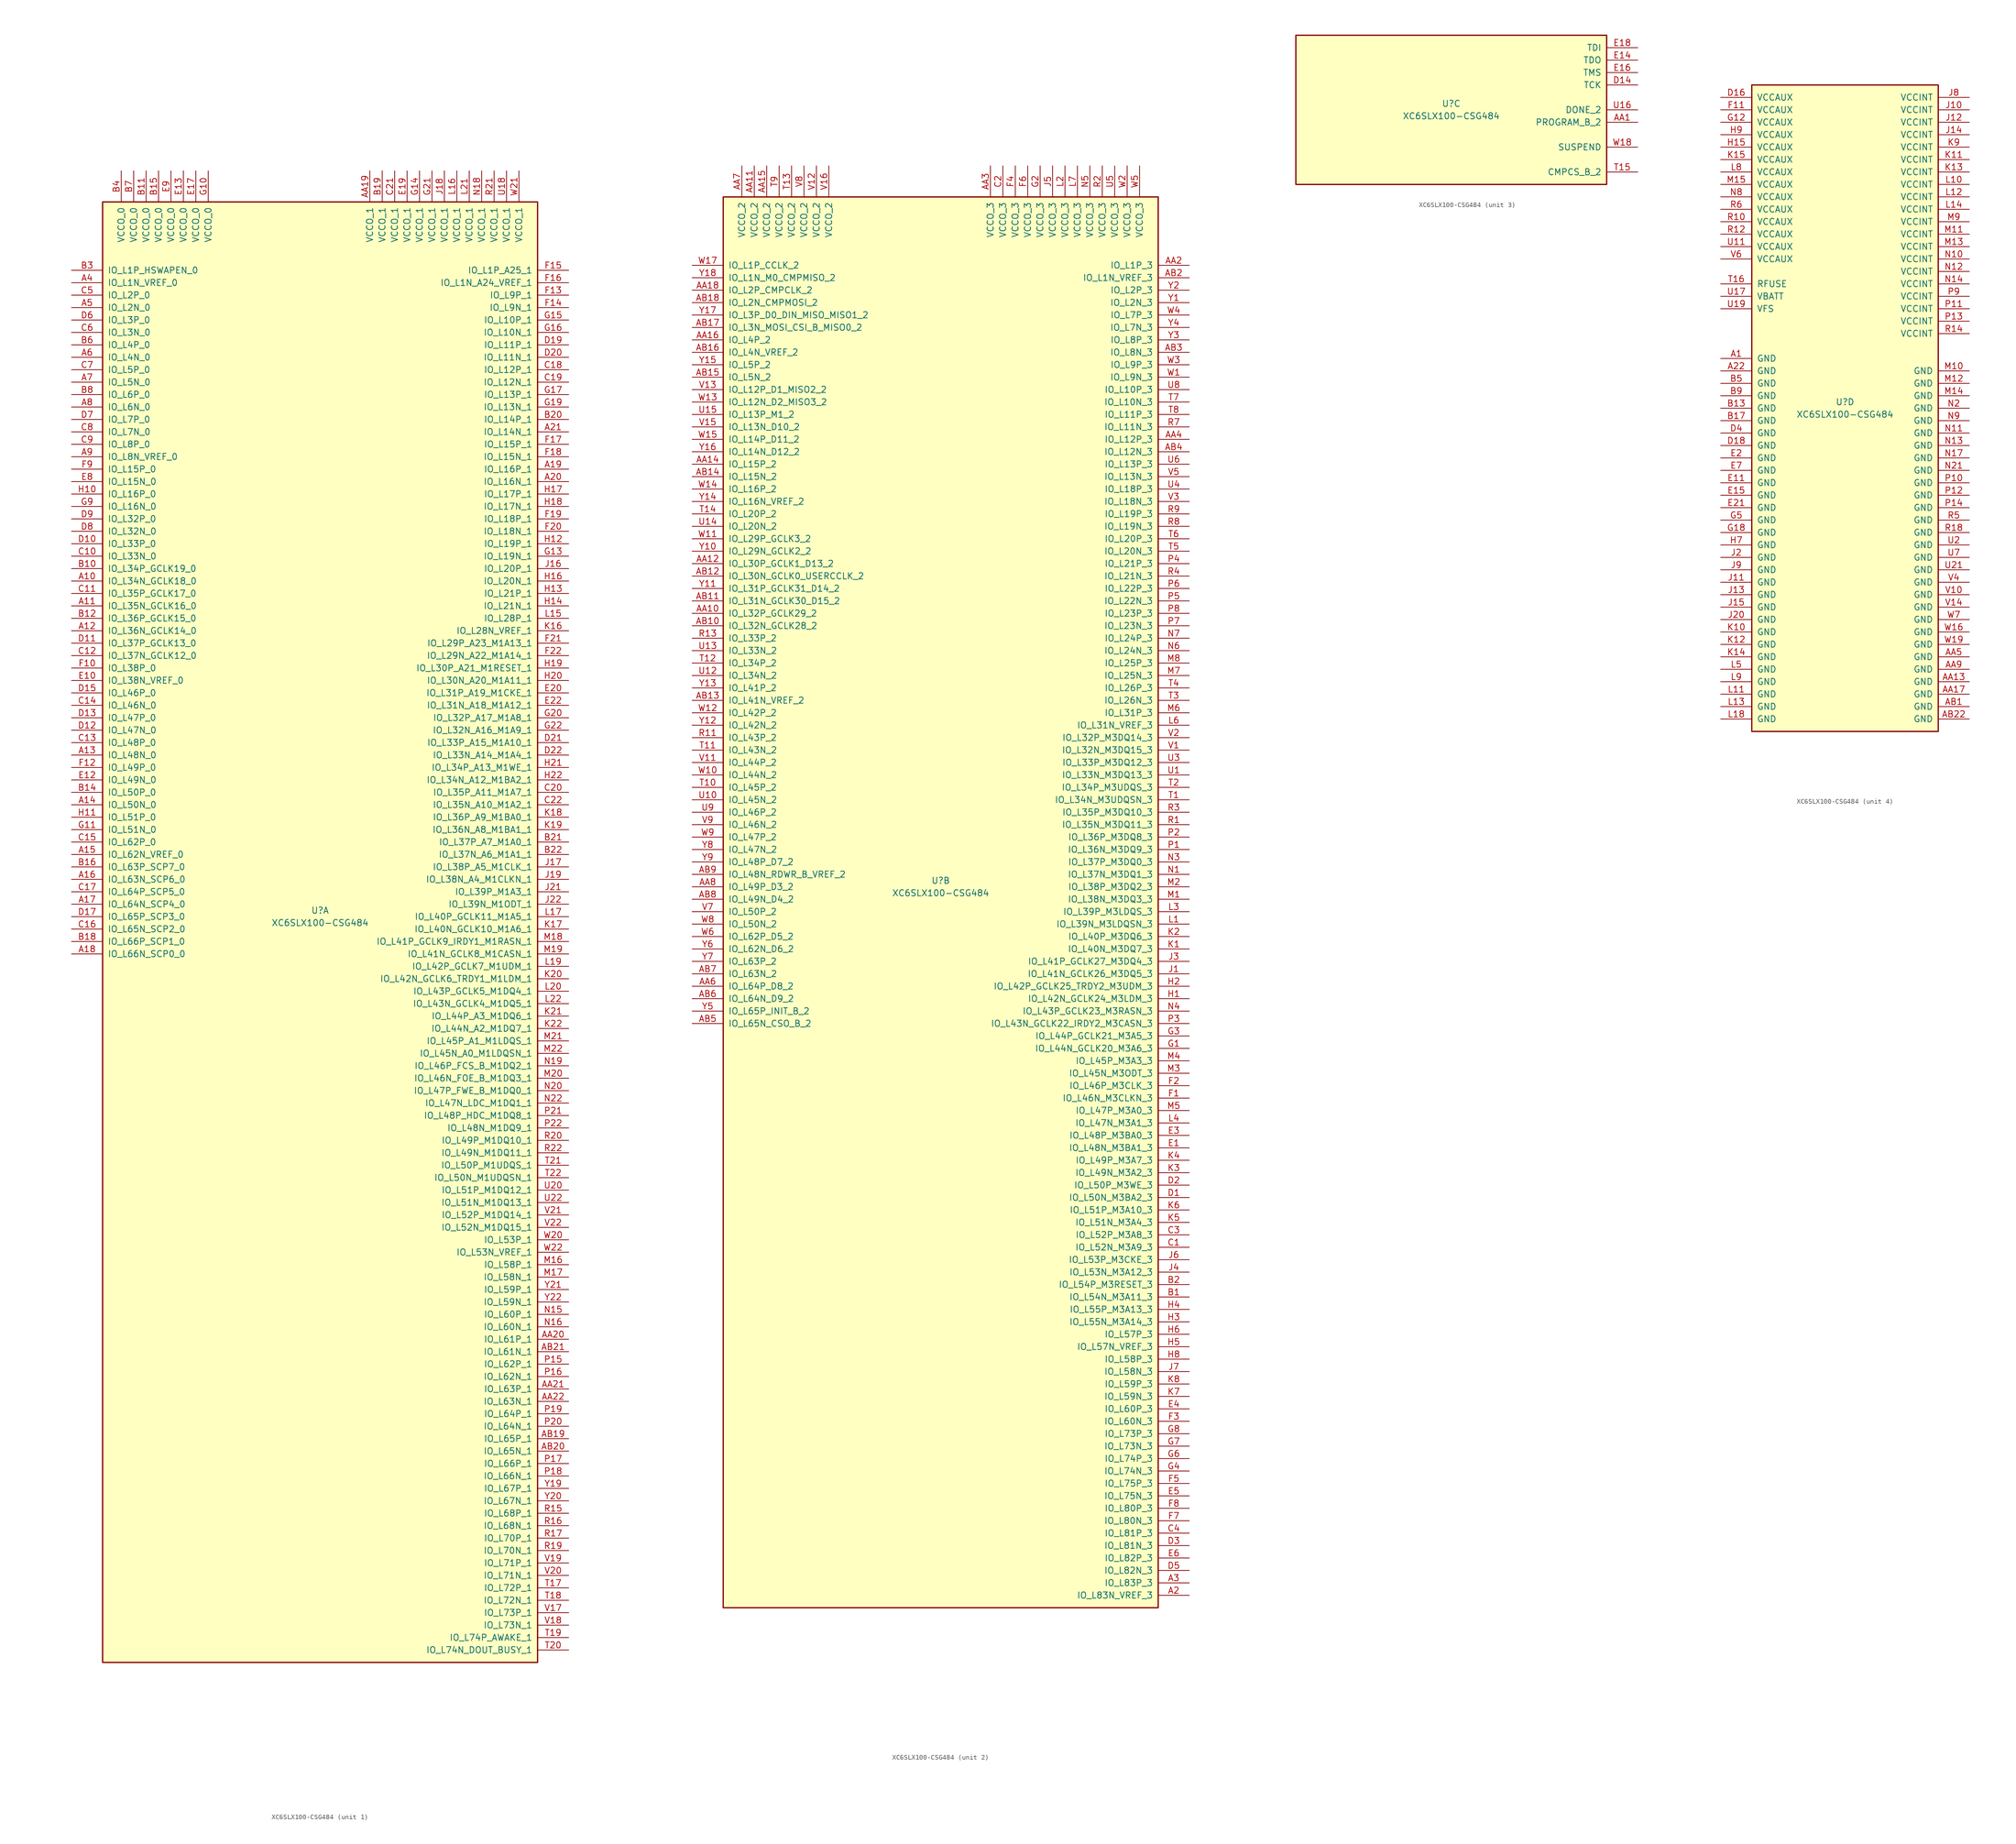
<source format=kicad_sym>
(kicad_symbol_lib
  (version 20201005)
  (generator kicad_symbol_editor)
  (symbol "FPGA_Xilinx_Spartan6:XC6SLX100-CSG484"
    (pin_names
      (offset 1.016))
    (property "Reference" "U"
      (at 0 1.27 0)
      (effects (font (size 1.27 1.27))))
    (property "Value" "XC6SLX100-CSG484"
      (at 0 -1.27 0)
      (effects (font (size 1.27 1.27))))
    (property "Datasheet" ""
      (at 0 0 0)
      (effects (font (size 1.27 1.27))))
    (property "ki_locked" ""
      (at 0 0 0)
      (effects (font (size 1.27 1.27))))
    (symbol "XC6SLX100-CSG484_1_1"
      (rectangle (start -44.45 146.05) (end 44.45 -152.4) (stroke (width 0.254)) (fill (type background)))
      (pin power_in line (at -40.64 152.4 270) (length 6.35) (name "VCCO_0" (effects (font (size 1.27 1.27)))) (number "B4" (effects (font (size 1.27 1.27)))))
      (pin power_in line (at -38.1 152.4 270) (length 6.35) (name "VCCO_0" (effects (font (size 1.27 1.27)))) (number "B7" (effects (font (size 1.27 1.27)))))
      (pin power_in line (at -35.56 152.4 270) (length 6.35) (name "VCCO_0" (effects (font (size 1.27 1.27)))) (number "B11" (effects (font (size 1.27 1.27)))))
      (pin power_in line (at -33.02 152.4 270) (length 6.35) (name "VCCO_0" (effects (font (size 1.27 1.27)))) (number "B15" (effects (font (size 1.27 1.27)))))
      (pin power_in line (at -30.48 152.4 270) (length 6.35) (name "VCCO_0" (effects (font (size 1.27 1.27)))) (number "E9" (effects (font (size 1.27 1.27)))))
      (pin power_in line (at -27.94 152.4 270) (length 6.35) (name "VCCO_0" (effects (font (size 1.27 1.27)))) (number "E13" (effects (font (size 1.27 1.27)))))
      (pin power_in line (at -25.4 152.4 270) (length 6.35) (name "VCCO_0" (effects (font (size 1.27 1.27)))) (number "E17" (effects (font (size 1.27 1.27)))))
      (pin power_in line (at -22.86 152.4 270) (length 6.35) (name "VCCO_0" (effects (font (size 1.27 1.27)))) (number "G10" (effects (font (size 1.27 1.27)))))
      (pin bidirectional line (at -50.8 132.08 0) (length 6.35) (name "IO_L1P_HSWAPEN_0" (effects (font (size 1.27 1.27)))) (number "B3" (effects (font (size 1.27 1.27)))))
      (pin bidirectional line (at -50.8 129.54 0) (length 6.35) (name "IO_L1N_VREF_0" (effects (font (size 1.27 1.27)))) (number "A4" (effects (font (size 1.27 1.27)))))
      (pin bidirectional line (at -50.8 127 0) (length 6.35) (name "IO_L2P_0" (effects (font (size 1.27 1.27)))) (number "C5" (effects (font (size 1.27 1.27)))))
      (pin bidirectional line (at -50.8 124.46 0) (length 6.35) (name "IO_L2N_0" (effects (font (size 1.27 1.27)))) (number "A5" (effects (font (size 1.27 1.27)))))
      (pin bidirectional line (at -50.8 121.92 0) (length 6.35) (name "IO_L3P_0" (effects (font (size 1.27 1.27)))) (number "D6" (effects (font (size 1.27 1.27)))))
      (pin bidirectional line (at -50.8 119.38 0) (length 6.35) (name "IO_L3N_0" (effects (font (size 1.27 1.27)))) (number "C6" (effects (font (size 1.27 1.27)))))
      (pin bidirectional line (at -50.8 116.84 0) (length 6.35) (name "IO_L4P_0" (effects (font (size 1.27 1.27)))) (number "B6" (effects (font (size 1.27 1.27)))))
      (pin bidirectional line (at -50.8 114.3 0) (length 6.35) (name "IO_L4N_0" (effects (font (size 1.27 1.27)))) (number "A6" (effects (font (size 1.27 1.27)))))
      (pin bidirectional line (at -50.8 111.76 0) (length 6.35) (name "IO_L5P_0" (effects (font (size 1.27 1.27)))) (number "C7" (effects (font (size 1.27 1.27)))))
      (pin bidirectional line (at -50.8 109.22 0) (length 6.35) (name "IO_L5N_0" (effects (font (size 1.27 1.27)))) (number "A7" (effects (font (size 1.27 1.27)))))
      (pin bidirectional line (at -50.8 106.68 0) (length 6.35) (name "IO_L6P_0" (effects (font (size 1.27 1.27)))) (number "B8" (effects (font (size 1.27 1.27)))))
      (pin bidirectional line (at -50.8 104.14 0) (length 6.35) (name "IO_L6N_0" (effects (font (size 1.27 1.27)))) (number "A8" (effects (font (size 1.27 1.27)))))
      (pin bidirectional line (at -50.8 101.6 0) (length 6.35) (name "IO_L7P_0" (effects (font (size 1.27 1.27)))) (number "D7" (effects (font (size 1.27 1.27)))))
      (pin bidirectional line (at -50.8 99.06 0) (length 6.35) (name "IO_L7N_0" (effects (font (size 1.27 1.27)))) (number "C8" (effects (font (size 1.27 1.27)))))
      (pin bidirectional line (at -50.8 96.52 0) (length 6.35) (name "IO_L8P_0" (effects (font (size 1.27 1.27)))) (number "C9" (effects (font (size 1.27 1.27)))))
      (pin bidirectional line (at -50.8 93.98 0) (length 6.35) (name "IO_L8N_VREF_0" (effects (font (size 1.27 1.27)))) (number "A9" (effects (font (size 1.27 1.27)))))
      (pin bidirectional line (at -50.8 91.44 0) (length 6.35) (name "IO_L15P_0" (effects (font (size 1.27 1.27)))) (number "F9" (effects (font (size 1.27 1.27)))))
      (pin bidirectional line (at -50.8 88.9 0) (length 6.35) (name "IO_L15N_0" (effects (font (size 1.27 1.27)))) (number "E8" (effects (font (size 1.27 1.27)))))
      (pin bidirectional line (at -50.8 86.36 0) (length 6.35) (name "IO_L16P_0" (effects (font (size 1.27 1.27)))) (number "H10" (effects (font (size 1.27 1.27)))))
      (pin bidirectional line (at -50.8 83.82 0) (length 6.35) (name "IO_L16N_0" (effects (font (size 1.27 1.27)))) (number "G9" (effects (font (size 1.27 1.27)))))
      (pin bidirectional line (at -50.8 81.28 0) (length 6.35) (name "IO_L32P_0" (effects (font (size 1.27 1.27)))) (number "D9" (effects (font (size 1.27 1.27)))))
      (pin bidirectional line (at -50.8 78.74 0) (length 6.35) (name "IO_L32N_0" (effects (font (size 1.27 1.27)))) (number "D8" (effects (font (size 1.27 1.27)))))
      (pin bidirectional line (at -50.8 76.2 0) (length 6.35) (name "IO_L33P_0" (effects (font (size 1.27 1.27)))) (number "D10" (effects (font (size 1.27 1.27)))))
      (pin bidirectional line (at -50.8 73.66 0) (length 6.35) (name "IO_L33N_0" (effects (font (size 1.27 1.27)))) (number "C10" (effects (font (size 1.27 1.27)))))
      (pin bidirectional line (at -50.8 71.12 0) (length 6.35) (name "IO_L34P_GCLK19_0" (effects (font (size 1.27 1.27)))) (number "B10" (effects (font (size 1.27 1.27)))))
      (pin bidirectional line (at -50.8 68.58 0) (length 6.35) (name "IO_L34N_GCLK18_0" (effects (font (size 1.27 1.27)))) (number "A10" (effects (font (size 1.27 1.27)))))
      (pin bidirectional line (at -50.8 66.04 0) (length 6.35) (name "IO_L35P_GCLK17_0" (effects (font (size 1.27 1.27)))) (number "C11" (effects (font (size 1.27 1.27)))))
      (pin bidirectional line (at -50.8 63.5 0) (length 6.35) (name "IO_L35N_GCLK16_0" (effects (font (size 1.27 1.27)))) (number "A11" (effects (font (size 1.27 1.27)))))
      (pin bidirectional line (at -50.8 60.96 0) (length 6.35) (name "IO_L36P_GCLK15_0" (effects (font (size 1.27 1.27)))) (number "B12" (effects (font (size 1.27 1.27)))))
      (pin bidirectional line (at -50.8 58.42 0) (length 6.35) (name "IO_L36N_GCLK14_0" (effects (font (size 1.27 1.27)))) (number "A12" (effects (font (size 1.27 1.27)))))
      (pin bidirectional line (at -50.8 55.88 0) (length 6.35) (name "IO_L37P_GCLK13_0" (effects (font (size 1.27 1.27)))) (number "D11" (effects (font (size 1.27 1.27)))))
      (pin bidirectional line (at -50.8 53.34 0) (length 6.35) (name "IO_L37N_GCLK12_0" (effects (font (size 1.27 1.27)))) (number "C12" (effects (font (size 1.27 1.27)))))
      (pin bidirectional line (at -50.8 50.8 0) (length 6.35) (name "IO_L38P_0" (effects (font (size 1.27 1.27)))) (number "F10" (effects (font (size 1.27 1.27)))))
      (pin bidirectional line (at -50.8 48.26 0) (length 6.35) (name "IO_L38N_VREF_0" (effects (font (size 1.27 1.27)))) (number "E10" (effects (font (size 1.27 1.27)))))
      (pin bidirectional line (at -50.8 45.72 0) (length 6.35) (name "IO_L46P_0" (effects (font (size 1.27 1.27)))) (number "D15" (effects (font (size 1.27 1.27)))))
      (pin bidirectional line (at -50.8 43.18 0) (length 6.35) (name "IO_L46N_0" (effects (font (size 1.27 1.27)))) (number "C14" (effects (font (size 1.27 1.27)))))
      (pin bidirectional line (at -50.8 40.64 0) (length 6.35) (name "IO_L47P_0" (effects (font (size 1.27 1.27)))) (number "D13" (effects (font (size 1.27 1.27)))))
      (pin bidirectional line (at -50.8 38.1 0) (length 6.35) (name "IO_L47N_0" (effects (font (size 1.27 1.27)))) (number "D12" (effects (font (size 1.27 1.27)))))
      (pin bidirectional line (at -50.8 35.56 0) (length 6.35) (name "IO_L48P_0" (effects (font (size 1.27 1.27)))) (number "C13" (effects (font (size 1.27 1.27)))))
      (pin bidirectional line (at -50.8 33.02 0) (length 6.35) (name "IO_L48N_0" (effects (font (size 1.27 1.27)))) (number "A13" (effects (font (size 1.27 1.27)))))
      (pin bidirectional line (at -50.8 30.48 0) (length 6.35) (name "IO_L49P_0" (effects (font (size 1.27 1.27)))) (number "F12" (effects (font (size 1.27 1.27)))))
      (pin bidirectional line (at -50.8 27.94 0) (length 6.35) (name "IO_L49N_0" (effects (font (size 1.27 1.27)))) (number "E12" (effects (font (size 1.27 1.27)))))
      (pin bidirectional line (at -50.8 25.4 0) (length 6.35) (name "IO_L50P_0" (effects (font (size 1.27 1.27)))) (number "B14" (effects (font (size 1.27 1.27)))))
      (pin bidirectional line (at -50.8 22.86 0) (length 6.35) (name "IO_L50N_0" (effects (font (size 1.27 1.27)))) (number "A14" (effects (font (size 1.27 1.27)))))
      (pin bidirectional line (at -50.8 20.32 0) (length 6.35) (name "IO_L51P_0" (effects (font (size 1.27 1.27)))) (number "H11" (effects (font (size 1.27 1.27)))))
      (pin bidirectional line (at -50.8 17.78 0) (length 6.35) (name "IO_L51N_0" (effects (font (size 1.27 1.27)))) (number "G11" (effects (font (size 1.27 1.27)))))
      (pin bidirectional line (at -50.8 15.24 0) (length 6.35) (name "IO_L62P_0" (effects (font (size 1.27 1.27)))) (number "C15" (effects (font (size 1.27 1.27)))))
      (pin bidirectional line (at -50.8 12.7 0) (length 6.35) (name "IO_L62N_VREF_0" (effects (font (size 1.27 1.27)))) (number "A15" (effects (font (size 1.27 1.27)))))
      (pin bidirectional line (at -50.8 10.16 0) (length 6.35) (name "IO_L63P_SCP7_0" (effects (font (size 1.27 1.27)))) (number "B16" (effects (font (size 1.27 1.27)))))
      (pin bidirectional line (at -50.8 7.62 0) (length 6.35) (name "IO_L63N_SCP6_0" (effects (font (size 1.27 1.27)))) (number "A16" (effects (font (size 1.27 1.27)))))
      (pin bidirectional line (at -50.8 5.08 0) (length 6.35) (name "IO_L64P_SCP5_0" (effects (font (size 1.27 1.27)))) (number "C17" (effects (font (size 1.27 1.27)))))
      (pin bidirectional line (at -50.8 2.54 0) (length 6.35) (name "IO_L64N_SCP4_0" (effects (font (size 1.27 1.27)))) (number "A17" (effects (font (size 1.27 1.27)))))
      (pin bidirectional line (at -50.8 0 0) (length 6.35) (name "IO_L65P_SCP3_0" (effects (font (size 1.27 1.27)))) (number "D17" (effects (font (size 1.27 1.27)))))
      (pin bidirectional line (at -50.8 -2.54 0) (length 6.35) (name "IO_L65N_SCP2_0" (effects (font (size 1.27 1.27)))) (number "C16" (effects (font (size 1.27 1.27)))))
      (pin bidirectional line (at -50.8 -5.08 0) (length 6.35) (name "IO_L66P_SCP1_0" (effects (font (size 1.27 1.27)))) (number "B18" (effects (font (size 1.27 1.27)))))
      (pin bidirectional line (at -50.8 -7.62 0) (length 6.35) (name "IO_L66N_SCP0_0" (effects (font (size 1.27 1.27)))) (number "A18" (effects (font (size 1.27 1.27)))))
      (pin power_in line (at 10.16 152.4 270) (length 6.35) (name "VCCO_1" (effects (font (size 1.27 1.27)))) (number "AA19" (effects (font (size 1.27 1.27)))))
      (pin power_in line (at 12.7 152.4 270) (length 6.35) (name "VCCO_1" (effects (font (size 1.27 1.27)))) (number "B19" (effects (font (size 1.27 1.27)))))
      (pin power_in line (at 15.24 152.4 270) (length 6.35) (name "VCCO_1" (effects (font (size 1.27 1.27)))) (number "C21" (effects (font (size 1.27 1.27)))))
      (pin power_in line (at 17.78 152.4 270) (length 6.35) (name "VCCO_1" (effects (font (size 1.27 1.27)))) (number "E19" (effects (font (size 1.27 1.27)))))
      (pin power_in line (at 20.32 152.4 270) (length 6.35) (name "VCCO_1" (effects (font (size 1.27 1.27)))) (number "G14" (effects (font (size 1.27 1.27)))))
      (pin power_in line (at 22.86 152.4 270) (length 6.35) (name "VCCO_1" (effects (font (size 1.27 1.27)))) (number "G21" (effects (font (size 1.27 1.27)))))
      (pin power_in line (at 25.4 152.4 270) (length 6.35) (name "VCCO_1" (effects (font (size 1.27 1.27)))) (number "J18" (effects (font (size 1.27 1.27)))))
      (pin power_in line (at 27.94 152.4 270) (length 6.35) (name "VCCO_1" (effects (font (size 1.27 1.27)))) (number "L16" (effects (font (size 1.27 1.27)))))
      (pin power_in line (at 30.48 152.4 270) (length 6.35) (name "VCCO_1" (effects (font (size 1.27 1.27)))) (number "L21" (effects (font (size 1.27 1.27)))))
      (pin power_in line (at 33.02 152.4 270) (length 6.35) (name "VCCO_1" (effects (font (size 1.27 1.27)))) (number "N18" (effects (font (size 1.27 1.27)))))
      (pin power_in line (at 35.56 152.4 270) (length 6.35) (name "VCCO_1" (effects (font (size 1.27 1.27)))) (number "R21" (effects (font (size 1.27 1.27)))))
      (pin power_in line (at 38.1 152.4 270) (length 6.35) (name "VCCO_1" (effects (font (size 1.27 1.27)))) (number "U18" (effects (font (size 1.27 1.27)))))
      (pin power_in line (at 40.64 152.4 270) (length 6.35) (name "VCCO_1" (effects (font (size 1.27 1.27)))) (number "W21" (effects (font (size 1.27 1.27)))))
      (pin bidirectional line (at 50.8 132.08 180) (length 6.35) (name "IO_L1P_A25_1" (effects (font (size 1.27 1.27)))) (number "F15" (effects (font (size 1.27 1.27)))))
      (pin bidirectional line (at 50.8 129.54 180) (length 6.35) (name "IO_L1N_A24_VREF_1" (effects (font (size 1.27 1.27)))) (number "F16" (effects (font (size 1.27 1.27)))))
      (pin bidirectional line (at 50.8 127 180) (length 6.35) (name "IO_L9P_1" (effects (font (size 1.27 1.27)))) (number "F13" (effects (font (size 1.27 1.27)))))
      (pin bidirectional line (at 50.8 124.46 180) (length 6.35) (name "IO_L9N_1" (effects (font (size 1.27 1.27)))) (number "F14" (effects (font (size 1.27 1.27)))))
      (pin bidirectional line (at 50.8 121.92 180) (length 6.35) (name "IO_L10P_1" (effects (font (size 1.27 1.27)))) (number "G15" (effects (font (size 1.27 1.27)))))
      (pin bidirectional line (at 50.8 119.38 180) (length 6.35) (name "IO_L10N_1" (effects (font (size 1.27 1.27)))) (number "G16" (effects (font (size 1.27 1.27)))))
      (pin bidirectional line (at 50.8 116.84 180) (length 6.35) (name "IO_L11P_1" (effects (font (size 1.27 1.27)))) (number "D19" (effects (font (size 1.27 1.27)))))
      (pin bidirectional line (at 50.8 114.3 180) (length 6.35) (name "IO_L11N_1" (effects (font (size 1.27 1.27)))) (number "D20" (effects (font (size 1.27 1.27)))))
      (pin bidirectional line (at 50.8 111.76 180) (length 6.35) (name "IO_L12P_1" (effects (font (size 1.27 1.27)))) (number "C18" (effects (font (size 1.27 1.27)))))
      (pin bidirectional line (at 50.8 109.22 180) (length 6.35) (name "IO_L12N_1" (effects (font (size 1.27 1.27)))) (number "C19" (effects (font (size 1.27 1.27)))))
      (pin bidirectional line (at 50.8 106.68 180) (length 6.35) (name "IO_L13P_1" (effects (font (size 1.27 1.27)))) (number "G17" (effects (font (size 1.27 1.27)))))
      (pin bidirectional line (at 50.8 104.14 180) (length 6.35) (name "IO_L13N_1" (effects (font (size 1.27 1.27)))) (number "G19" (effects (font (size 1.27 1.27)))))
      (pin bidirectional line (at 50.8 101.6 180) (length 6.35) (name "IO_L14P_1" (effects (font (size 1.27 1.27)))) (number "B20" (effects (font (size 1.27 1.27)))))
      (pin bidirectional line (at 50.8 99.06 180) (length 6.35) (name "IO_L14N_1" (effects (font (size 1.27 1.27)))) (number "A21" (effects (font (size 1.27 1.27)))))
      (pin bidirectional line (at 50.8 96.52 180) (length 6.35) (name "IO_L15P_1" (effects (font (size 1.27 1.27)))) (number "F17" (effects (font (size 1.27 1.27)))))
      (pin bidirectional line (at 50.8 93.98 180) (length 6.35) (name "IO_L15N_1" (effects (font (size 1.27 1.27)))) (number "F18" (effects (font (size 1.27 1.27)))))
      (pin bidirectional line (at 50.8 91.44 180) (length 6.35) (name "IO_L16P_1" (effects (font (size 1.27 1.27)))) (number "A19" (effects (font (size 1.27 1.27)))))
      (pin bidirectional line (at 50.8 88.9 180) (length 6.35) (name "IO_L16N_1" (effects (font (size 1.27 1.27)))) (number "A20" (effects (font (size 1.27 1.27)))))
      (pin bidirectional line (at 50.8 86.36 180) (length 6.35) (name "IO_L17P_1" (effects (font (size 1.27 1.27)))) (number "H17" (effects (font (size 1.27 1.27)))))
      (pin bidirectional line (at 50.8 83.82 180) (length 6.35) (name "IO_L17N_1" (effects (font (size 1.27 1.27)))) (number "H18" (effects (font (size 1.27 1.27)))))
      (pin bidirectional line (at 50.8 81.28 180) (length 6.35) (name "IO_L18P_1" (effects (font (size 1.27 1.27)))) (number "F19" (effects (font (size 1.27 1.27)))))
      (pin bidirectional line (at 50.8 78.74 180) (length 6.35) (name "IO_L18N_1" (effects (font (size 1.27 1.27)))) (number "F20" (effects (font (size 1.27 1.27)))))
      (pin bidirectional line (at 50.8 76.2 180) (length 6.35) (name "IO_L19P_1" (effects (font (size 1.27 1.27)))) (number "H12" (effects (font (size 1.27 1.27)))))
      (pin bidirectional line (at 50.8 73.66 180) (length 6.35) (name "IO_L19N_1" (effects (font (size 1.27 1.27)))) (number "G13" (effects (font (size 1.27 1.27)))))
      (pin bidirectional line (at 50.8 71.12 180) (length 6.35) (name "IO_L20P_1" (effects (font (size 1.27 1.27)))) (number "J16" (effects (font (size 1.27 1.27)))))
      (pin bidirectional line (at 50.8 68.58 180) (length 6.35) (name "IO_L20N_1" (effects (font (size 1.27 1.27)))) (number "H16" (effects (font (size 1.27 1.27)))))
      (pin bidirectional line (at 50.8 66.04 180) (length 6.35) (name "IO_L21P_1" (effects (font (size 1.27 1.27)))) (number "H13" (effects (font (size 1.27 1.27)))))
      (pin bidirectional line (at 50.8 63.5 180) (length 6.35) (name "IO_L21N_1" (effects (font (size 1.27 1.27)))) (number "H14" (effects (font (size 1.27 1.27)))))
      (pin bidirectional line (at 50.8 60.96 180) (length 6.35) (name "IO_L28P_1" (effects (font (size 1.27 1.27)))) (number "L15" (effects (font (size 1.27 1.27)))))
      (pin bidirectional line (at 50.8 58.42 180) (length 6.35) (name "IO_L28N_VREF_1" (effects (font (size 1.27 1.27)))) (number "K16" (effects (font (size 1.27 1.27)))))
      (pin bidirectional line (at 50.8 55.88 180) (length 6.35) (name "IO_L29P_A23_M1A13_1" (effects (font (size 1.27 1.27)))) (number "F21" (effects (font (size 1.27 1.27)))))
      (pin bidirectional line (at 50.8 53.34 180) (length 6.35) (name "IO_L29N_A22_M1A14_1" (effects (font (size 1.27 1.27)))) (number "F22" (effects (font (size 1.27 1.27)))))
      (pin bidirectional line (at 50.8 50.8 180) (length 6.35) (name "IO_L30P_A21_M1RESET_1" (effects (font (size 1.27 1.27)))) (number "H19" (effects (font (size 1.27 1.27)))))
      (pin bidirectional line (at 50.8 48.26 180) (length 6.35) (name "IO_L30N_A20_M1A11_1" (effects (font (size 1.27 1.27)))) (number "H20" (effects (font (size 1.27 1.27)))))
      (pin bidirectional line (at 50.8 45.72 180) (length 6.35) (name "IO_L31P_A19_M1CKE_1" (effects (font (size 1.27 1.27)))) (number "E20" (effects (font (size 1.27 1.27)))))
      (pin bidirectional line (at 50.8 43.18 180) (length 6.35) (name "IO_L31N_A18_M1A12_1" (effects (font (size 1.27 1.27)))) (number "E22" (effects (font (size 1.27 1.27)))))
      (pin bidirectional line (at 50.8 40.64 180) (length 6.35) (name "IO_L32P_A17_M1A8_1" (effects (font (size 1.27 1.27)))) (number "G20" (effects (font (size 1.27 1.27)))))
      (pin bidirectional line (at 50.8 38.1 180) (length 6.35) (name "IO_L32N_A16_M1A9_1" (effects (font (size 1.27 1.27)))) (number "G22" (effects (font (size 1.27 1.27)))))
      (pin bidirectional line (at 50.8 35.56 180) (length 6.35) (name "IO_L33P_A15_M1A10_1" (effects (font (size 1.27 1.27)))) (number "D21" (effects (font (size 1.27 1.27)))))
      (pin bidirectional line (at 50.8 33.02 180) (length 6.35) (name "IO_L33N_A14_M1A4_1" (effects (font (size 1.27 1.27)))) (number "D22" (effects (font (size 1.27 1.27)))))
      (pin bidirectional line (at 50.8 30.48 180) (length 6.35) (name "IO_L34P_A13_M1WE_1" (effects (font (size 1.27 1.27)))) (number "H21" (effects (font (size 1.27 1.27)))))
      (pin bidirectional line (at 50.8 27.94 180) (length 6.35) (name "IO_L34N_A12_M1BA2_1" (effects (font (size 1.27 1.27)))) (number "H22" (effects (font (size 1.27 1.27)))))
      (pin bidirectional line (at 50.8 25.4 180) (length 6.35) (name "IO_L35P_A11_M1A7_1" (effects (font (size 1.27 1.27)))) (number "C20" (effects (font (size 1.27 1.27)))))
      (pin bidirectional line (at 50.8 22.86 180) (length 6.35) (name "IO_L35N_A10_M1A2_1" (effects (font (size 1.27 1.27)))) (number "C22" (effects (font (size 1.27 1.27)))))
      (pin bidirectional line (at 50.8 20.32 180) (length 6.35) (name "IO_L36P_A9_M1BA0_1" (effects (font (size 1.27 1.27)))) (number "K18" (effects (font (size 1.27 1.27)))))
      (pin bidirectional line (at 50.8 17.78 180) (length 6.35) (name "IO_L36N_A8_M1BA1_1" (effects (font (size 1.27 1.27)))) (number "K19" (effects (font (size 1.27 1.27)))))
      (pin bidirectional line (at 50.8 15.24 180) (length 6.35) (name "IO_L37P_A7_M1A0_1" (effects (font (size 1.27 1.27)))) (number "B21" (effects (font (size 1.27 1.27)))))
      (pin bidirectional line (at 50.8 12.7 180) (length 6.35) (name "IO_L37N_A6_M1A1_1" (effects (font (size 1.27 1.27)))) (number "B22" (effects (font (size 1.27 1.27)))))
      (pin bidirectional line (at 50.8 10.16 180) (length 6.35) (name "IO_L38P_A5_M1CLK_1" (effects (font (size 1.27 1.27)))) (number "J17" (effects (font (size 1.27 1.27)))))
      (pin bidirectional line (at 50.8 7.62 180) (length 6.35) (name "IO_L38N_A4_M1CLKN_1" (effects (font (size 1.27 1.27)))) (number "J19" (effects (font (size 1.27 1.27)))))
      (pin bidirectional line (at 50.8 5.08 180) (length 6.35) (name "IO_L39P_M1A3_1" (effects (font (size 1.27 1.27)))) (number "J21" (effects (font (size 1.27 1.27)))))
      (pin bidirectional line (at 50.8 2.54 180) (length 6.35) (name "IO_L39N_M1ODT_1" (effects (font (size 1.27 1.27)))) (number "J22" (effects (font (size 1.27 1.27)))))
      (pin bidirectional line (at 50.8 0 180) (length 6.35) (name "IO_L40P_GCLK11_M1A5_1" (effects (font (size 1.27 1.27)))) (number "L17" (effects (font (size 1.27 1.27)))))
      (pin bidirectional line (at 50.8 -2.54 180) (length 6.35) (name "IO_L40N_GCLK10_M1A6_1" (effects (font (size 1.27 1.27)))) (number "K17" (effects (font (size 1.27 1.27)))))
      (pin bidirectional line (at 50.8 -5.08 180) (length 6.35) (name "IO_L41P_GCLK9_IRDY1_M1RASN_1" (effects (font (size 1.27 1.27)))) (number "M18" (effects (font (size 1.27 1.27)))))
      (pin bidirectional line (at 50.8 -7.62 180) (length 6.35) (name "IO_L41N_GCLK8_M1CASN_1" (effects (font (size 1.27 1.27)))) (number "M19" (effects (font (size 1.27 1.27)))))
      (pin bidirectional line (at 50.8 -10.16 180) (length 6.35) (name "IO_L42P_GCLK7_M1UDM_1" (effects (font (size 1.27 1.27)))) (number "L19" (effects (font (size 1.27 1.27)))))
      (pin bidirectional line (at 50.8 -12.7 180) (length 6.35) (name "IO_L42N_GCLK6_TRDY1_M1LDM_1" (effects (font (size 1.27 1.27)))) (number "K20" (effects (font (size 1.27 1.27)))))
      (pin bidirectional line (at 50.8 -15.24 180) (length 6.35) (name "IO_L43P_GCLK5_M1DQ4_1" (effects (font (size 1.27 1.27)))) (number "L20" (effects (font (size 1.27 1.27)))))
      (pin bidirectional line (at 50.8 -17.78 180) (length 6.35) (name "IO_L43N_GCLK4_M1DQ5_1" (effects (font (size 1.27 1.27)))) (number "L22" (effects (font (size 1.27 1.27)))))
      (pin bidirectional line (at 50.8 -20.32 180) (length 6.35) (name "IO_L44P_A3_M1DQ6_1" (effects (font (size 1.27 1.27)))) (number "K21" (effects (font (size 1.27 1.27)))))
      (pin bidirectional line (at 50.8 -22.86 180) (length 6.35) (name "IO_L44N_A2_M1DQ7_1" (effects (font (size 1.27 1.27)))) (number "K22" (effects (font (size 1.27 1.27)))))
      (pin bidirectional line (at 50.8 -25.4 180) (length 6.35) (name "IO_L45P_A1_M1LDQS_1" (effects (font (size 1.27 1.27)))) (number "M21" (effects (font (size 1.27 1.27)))))
      (pin bidirectional line (at 50.8 -27.94 180) (length 6.35) (name "IO_L45N_A0_M1LDQSN_1" (effects (font (size 1.27 1.27)))) (number "M22" (effects (font (size 1.27 1.27)))))
      (pin bidirectional line (at 50.8 -30.48 180) (length 6.35) (name "IO_L46P_FCS_B_M1DQ2_1" (effects (font (size 1.27 1.27)))) (number "N19" (effects (font (size 1.27 1.27)))))
      (pin bidirectional line (at 50.8 -33.02 180) (length 6.35) (name "IO_L46N_FOE_B_M1DQ3_1" (effects (font (size 1.27 1.27)))) (number "M20" (effects (font (size 1.27 1.27)))))
      (pin bidirectional line (at 50.8 -35.56 180) (length 6.35) (name "IO_L47P_FWE_B_M1DQ0_1" (effects (font (size 1.27 1.27)))) (number "N20" (effects (font (size 1.27 1.27)))))
      (pin bidirectional line (at 50.8 -38.1 180) (length 6.35) (name "IO_L47N_LDC_M1DQ1_1" (effects (font (size 1.27 1.27)))) (number "N22" (effects (font (size 1.27 1.27)))))
      (pin bidirectional line (at 50.8 -40.64 180) (length 6.35) (name "IO_L48P_HDC_M1DQ8_1" (effects (font (size 1.27 1.27)))) (number "P21" (effects (font (size 1.27 1.27)))))
      (pin bidirectional line (at 50.8 -43.18 180) (length 6.35) (name "IO_L48N_M1DQ9_1" (effects (font (size 1.27 1.27)))) (number "P22" (effects (font (size 1.27 1.27)))))
      (pin bidirectional line (at 50.8 -45.72 180) (length 6.35) (name "IO_L49P_M1DQ10_1" (effects (font (size 1.27 1.27)))) (number "R20" (effects (font (size 1.27 1.27)))))
      (pin bidirectional line (at 50.8 -48.26 180) (length 6.35) (name "IO_L49N_M1DQ11_1" (effects (font (size 1.27 1.27)))) (number "R22" (effects (font (size 1.27 1.27)))))
      (pin bidirectional line (at 50.8 -50.8 180) (length 6.35) (name "IO_L50P_M1UDQS_1" (effects (font (size 1.27 1.27)))) (number "T21" (effects (font (size 1.27 1.27)))))
      (pin bidirectional line (at 50.8 -53.34 180) (length 6.35) (name "IO_L50N_M1UDQSN_1" (effects (font (size 1.27 1.27)))) (number "T22" (effects (font (size 1.27 1.27)))))
      (pin bidirectional line (at 50.8 -55.88 180) (length 6.35) (name "IO_L51P_M1DQ12_1" (effects (font (size 1.27 1.27)))) (number "U20" (effects (font (size 1.27 1.27)))))
      (pin bidirectional line (at 50.8 -58.42 180) (length 6.35) (name "IO_L51N_M1DQ13_1" (effects (font (size 1.27 1.27)))) (number "U22" (effects (font (size 1.27 1.27)))))
      (pin bidirectional line (at 50.8 -60.96 180) (length 6.35) (name "IO_L52P_M1DQ14_1" (effects (font (size 1.27 1.27)))) (number "V21" (effects (font (size 1.27 1.27)))))
      (pin bidirectional line (at 50.8 -63.5 180) (length 6.35) (name "IO_L52N_M1DQ15_1" (effects (font (size 1.27 1.27)))) (number "V22" (effects (font (size 1.27 1.27)))))
      (pin bidirectional line (at 50.8 -66.04 180) (length 6.35) (name "IO_L53P_1" (effects (font (size 1.27 1.27)))) (number "W20" (effects (font (size 1.27 1.27)))))
      (pin bidirectional line (at 50.8 -68.58 180) (length 6.35) (name "IO_L53N_VREF_1" (effects (font (size 1.27 1.27)))) (number "W22" (effects (font (size 1.27 1.27)))))
      (pin bidirectional line (at 50.8 -71.12 180) (length 6.35) (name "IO_L58P_1" (effects (font (size 1.27 1.27)))) (number "M16" (effects (font (size 1.27 1.27)))))
      (pin bidirectional line (at 50.8 -73.66 180) (length 6.35) (name "IO_L58N_1" (effects (font (size 1.27 1.27)))) (number "M17" (effects (font (size 1.27 1.27)))))
      (pin bidirectional line (at 50.8 -76.2 180) (length 6.35) (name "IO_L59P_1" (effects (font (size 1.27 1.27)))) (number "Y21" (effects (font (size 1.27 1.27)))))
      (pin bidirectional line (at 50.8 -78.74 180) (length 6.35) (name "IO_L59N_1" (effects (font (size 1.27 1.27)))) (number "Y22" (effects (font (size 1.27 1.27)))))
      (pin bidirectional line (at 50.8 -81.28 180) (length 6.35) (name "IO_L60P_1" (effects (font (size 1.27 1.27)))) (number "N15" (effects (font (size 1.27 1.27)))))
      (pin bidirectional line (at 50.8 -83.82 180) (length 6.35) (name "IO_L60N_1" (effects (font (size 1.27 1.27)))) (number "N16" (effects (font (size 1.27 1.27)))))
      (pin bidirectional line (at 50.8 -86.36 180) (length 6.35) (name "IO_L61P_1" (effects (font (size 1.27 1.27)))) (number "AA20" (effects (font (size 1.27 1.27)))))
      (pin bidirectional line (at 50.8 -88.9 180) (length 6.35) (name "IO_L61N_1" (effects (font (size 1.27 1.27)))) (number "AB21" (effects (font (size 1.27 1.27)))))
      (pin bidirectional line (at 50.8 -91.44 180) (length 6.35) (name "IO_L62P_1" (effects (font (size 1.27 1.27)))) (number "P15" (effects (font (size 1.27 1.27)))))
      (pin bidirectional line (at 50.8 -93.98 180) (length 6.35) (name "IO_L62N_1" (effects (font (size 1.27 1.27)))) (number "P16" (effects (font (size 1.27 1.27)))))
      (pin bidirectional line (at 50.8 -96.52 180) (length 6.35) (name "IO_L63P_1" (effects (font (size 1.27 1.27)))) (number "AA21" (effects (font (size 1.27 1.27)))))
      (pin bidirectional line (at 50.8 -99.06 180) (length 6.35) (name "IO_L63N_1" (effects (font (size 1.27 1.27)))) (number "AA22" (effects (font (size 1.27 1.27)))))
      (pin bidirectional line (at 50.8 -101.6 180) (length 6.35) (name "IO_L64P_1" (effects (font (size 1.27 1.27)))) (number "P19" (effects (font (size 1.27 1.27)))))
      (pin bidirectional line (at 50.8 -104.14 180) (length 6.35) (name "IO_L64N_1" (effects (font (size 1.27 1.27)))) (number "P20" (effects (font (size 1.27 1.27)))))
      (pin bidirectional line (at 50.8 -106.68 180) (length 6.35) (name "IO_L65P_1" (effects (font (size 1.27 1.27)))) (number "AB19" (effects (font (size 1.27 1.27)))))
      (pin bidirectional line (at 50.8 -109.22 180) (length 6.35) (name "IO_L65N_1" (effects (font (size 1.27 1.27)))) (number "AB20" (effects (font (size 1.27 1.27)))))
      (pin bidirectional line (at 50.8 -111.76 180) (length 6.35) (name "IO_L66P_1" (effects (font (size 1.27 1.27)))) (number "P17" (effects (font (size 1.27 1.27)))))
      (pin bidirectional line (at 50.8 -114.3 180) (length 6.35) (name "IO_L66N_1" (effects (font (size 1.27 1.27)))) (number "P18" (effects (font (size 1.27 1.27)))))
      (pin bidirectional line (at 50.8 -116.84 180) (length 6.35) (name "IO_L67P_1" (effects (font (size 1.27 1.27)))) (number "Y19" (effects (font (size 1.27 1.27)))))
      (pin bidirectional line (at 50.8 -119.38 180) (length 6.35) (name "IO_L67N_1" (effects (font (size 1.27 1.27)))) (number "Y20" (effects (font (size 1.27 1.27)))))
      (pin bidirectional line (at 50.8 -121.92 180) (length 6.35) (name "IO_L68P_1" (effects (font (size 1.27 1.27)))) (number "R15" (effects (font (size 1.27 1.27)))))
      (pin bidirectional line (at 50.8 -124.46 180) (length 6.35) (name "IO_L68N_1" (effects (font (size 1.27 1.27)))) (number "R16" (effects (font (size 1.27 1.27)))))
      (pin bidirectional line (at 50.8 -127 180) (length 6.35) (name "IO_L70P_1" (effects (font (size 1.27 1.27)))) (number "R17" (effects (font (size 1.27 1.27)))))
      (pin bidirectional line (at 50.8 -129.54 180) (length 6.35) (name "IO_L70N_1" (effects (font (size 1.27 1.27)))) (number "R19" (effects (font (size 1.27 1.27)))))
      (pin bidirectional line (at 50.8 -132.08 180) (length 6.35) (name "IO_L71P_1" (effects (font (size 1.27 1.27)))) (number "V19" (effects (font (size 1.27 1.27)))))
      (pin bidirectional line (at 50.8 -134.62 180) (length 6.35) (name "IO_L71N_1" (effects (font (size 1.27 1.27)))) (number "V20" (effects (font (size 1.27 1.27)))))
      (pin bidirectional line (at 50.8 -137.16 180) (length 6.35) (name "IO_L72P_1" (effects (font (size 1.27 1.27)))) (number "T17" (effects (font (size 1.27 1.27)))))
      (pin bidirectional line (at 50.8 -139.7 180) (length 6.35) (name "IO_L72N_1" (effects (font (size 1.27 1.27)))) (number "T18" (effects (font (size 1.27 1.27)))))
      (pin bidirectional line (at 50.8 -142.24 180) (length 6.35) (name "IO_L73P_1" (effects (font (size 1.27 1.27)))) (number "V17" (effects (font (size 1.27 1.27)))))
      (pin bidirectional line (at 50.8 -144.78 180) (length 6.35) (name "IO_L73N_1" (effects (font (size 1.27 1.27)))) (number "V18" (effects (font (size 1.27 1.27)))))
      (pin bidirectional line (at 50.8 -147.32 180) (length 6.35) (name "IO_L74P_AWAKE_1" (effects (font (size 1.27 1.27)))) (number "T19" (effects (font (size 1.27 1.27)))))
      (pin bidirectional line (at 50.8 -149.86 180) (length 6.35) (name "IO_L74N_DOUT_BUSY_1" (effects (font (size 1.27 1.27)))) (number "T20" (effects (font (size 1.27 1.27))))))
    (symbol "XC6SLX100-CSG484_2_1"
      (rectangle (start -44.45 140.97) (end 44.45 -147.32) (stroke (width 0.254)) (fill (type background)))
      (pin power_in line (at -40.64 147.32 270) (length 6.35) (name "VCCO_2" (effects (font (size 1.27 1.27)))) (number "AA7" (effects (font (size 1.27 1.27)))))
      (pin power_in line (at -38.1 147.32 270) (length 6.35) (name "VCCO_2" (effects (font (size 1.27 1.27)))) (number "AA11" (effects (font (size 1.27 1.27)))))
      (pin power_in line (at -35.56 147.32 270) (length 6.35) (name "VCCO_2" (effects (font (size 1.27 1.27)))) (number "AA15" (effects (font (size 1.27 1.27)))))
      (pin power_in line (at -33.02 147.32 270) (length 6.35) (name "VCCO_2" (effects (font (size 1.27 1.27)))) (number "T9" (effects (font (size 1.27 1.27)))))
      (pin power_in line (at -30.48 147.32 270) (length 6.35) (name "VCCO_2" (effects (font (size 1.27 1.27)))) (number "T13" (effects (font (size 1.27 1.27)))))
      (pin power_in line (at -27.94 147.32 270) (length 6.35) (name "VCCO_2" (effects (font (size 1.27 1.27)))) (number "V8" (effects (font (size 1.27 1.27)))))
      (pin power_in line (at -25.4 147.32 270) (length 6.35) (name "VCCO_2" (effects (font (size 1.27 1.27)))) (number "V12" (effects (font (size 1.27 1.27)))))
      (pin power_in line (at -22.86 147.32 270) (length 6.35) (name "VCCO_2" (effects (font (size 1.27 1.27)))) (number "V16" (effects (font (size 1.27 1.27)))))
      (pin bidirectional line (at -50.8 127 0) (length 6.35) (name "IO_L1P_CCLK_2" (effects (font (size 1.27 1.27)))) (number "W17" (effects (font (size 1.27 1.27)))))
      (pin bidirectional line (at -50.8 124.46 0) (length 6.35) (name "IO_L1N_M0_CMPMISO_2" (effects (font (size 1.27 1.27)))) (number "Y18" (effects (font (size 1.27 1.27)))))
      (pin bidirectional line (at -50.8 121.92 0) (length 6.35) (name "IO_L2P_CMPCLK_2" (effects (font (size 1.27 1.27)))) (number "AA18" (effects (font (size 1.27 1.27)))))
      (pin bidirectional line (at -50.8 119.38 0) (length 6.35) (name "IO_L2N_CMPMOSI_2" (effects (font (size 1.27 1.27)))) (number "AB18" (effects (font (size 1.27 1.27)))))
      (pin bidirectional line (at -50.8 116.84 0) (length 6.35) (name "IO_L3P_D0_DIN_MISO_MISO1_2" (effects (font (size 1.27 1.27)))) (number "Y17" (effects (font (size 1.27 1.27)))))
      (pin bidirectional line (at -50.8 114.3 0) (length 6.35) (name "IO_L3N_MOSI_CSI_B_MISO0_2" (effects (font (size 1.27 1.27)))) (number "AB17" (effects (font (size 1.27 1.27)))))
      (pin bidirectional line (at -50.8 111.76 0) (length 6.35) (name "IO_L4P_2" (effects (font (size 1.27 1.27)))) (number "AA16" (effects (font (size 1.27 1.27)))))
      (pin bidirectional line (at -50.8 109.22 0) (length 6.35) (name "IO_L4N_VREF_2" (effects (font (size 1.27 1.27)))) (number "AB16" (effects (font (size 1.27 1.27)))))
      (pin bidirectional line (at -50.8 106.68 0) (length 6.35) (name "IO_L5P_2" (effects (font (size 1.27 1.27)))) (number "Y15" (effects (font (size 1.27 1.27)))))
      (pin bidirectional line (at -50.8 104.14 0) (length 6.35) (name "IO_L5N_2" (effects (font (size 1.27 1.27)))) (number "AB15" (effects (font (size 1.27 1.27)))))
      (pin bidirectional line (at -50.8 101.6 0) (length 6.35) (name "IO_L12P_D1_MISO2_2" (effects (font (size 1.27 1.27)))) (number "V13" (effects (font (size 1.27 1.27)))))
      (pin bidirectional line (at -50.8 99.06 0) (length 6.35) (name "IO_L12N_D2_MISO3_2" (effects (font (size 1.27 1.27)))) (number "W13" (effects (font (size 1.27 1.27)))))
      (pin bidirectional line (at -50.8 96.52 0) (length 6.35) (name "IO_L13P_M1_2" (effects (font (size 1.27 1.27)))) (number "U15" (effects (font (size 1.27 1.27)))))
      (pin bidirectional line (at -50.8 93.98 0) (length 6.35) (name "IO_L13N_D10_2" (effects (font (size 1.27 1.27)))) (number "V15" (effects (font (size 1.27 1.27)))))
      (pin bidirectional line (at -50.8 91.44 0) (length 6.35) (name "IO_L14P_D11_2" (effects (font (size 1.27 1.27)))) (number "W15" (effects (font (size 1.27 1.27)))))
      (pin bidirectional line (at -50.8 88.9 0) (length 6.35) (name "IO_L14N_D12_2" (effects (font (size 1.27 1.27)))) (number "Y16" (effects (font (size 1.27 1.27)))))
      (pin bidirectional line (at -50.8 86.36 0) (length 6.35) (name "IO_L15P_2" (effects (font (size 1.27 1.27)))) (number "AA14" (effects (font (size 1.27 1.27)))))
      (pin bidirectional line (at -50.8 83.82 0) (length 6.35) (name "IO_L15N_2" (effects (font (size 1.27 1.27)))) (number "AB14" (effects (font (size 1.27 1.27)))))
      (pin bidirectional line (at -50.8 81.28 0) (length 6.35) (name "IO_L16P_2" (effects (font (size 1.27 1.27)))) (number "W14" (effects (font (size 1.27 1.27)))))
      (pin bidirectional line (at -50.8 78.74 0) (length 6.35) (name "IO_L16N_VREF_2" (effects (font (size 1.27 1.27)))) (number "Y14" (effects (font (size 1.27 1.27)))))
      (pin bidirectional line (at -50.8 76.2 0) (length 6.35) (name "IO_L20P_2" (effects (font (size 1.27 1.27)))) (number "T14" (effects (font (size 1.27 1.27)))))
      (pin bidirectional line (at -50.8 73.66 0) (length 6.35) (name "IO_L20N_2" (effects (font (size 1.27 1.27)))) (number "U14" (effects (font (size 1.27 1.27)))))
      (pin bidirectional line (at -50.8 71.12 0) (length 6.35) (name "IO_L29P_GCLK3_2" (effects (font (size 1.27 1.27)))) (number "W11" (effects (font (size 1.27 1.27)))))
      (pin bidirectional line (at -50.8 68.58 0) (length 6.35) (name "IO_L29N_GCLK2_2" (effects (font (size 1.27 1.27)))) (number "Y10" (effects (font (size 1.27 1.27)))))
      (pin bidirectional line (at -50.8 66.04 0) (length 6.35) (name "IO_L30P_GCLK1_D13_2" (effects (font (size 1.27 1.27)))) (number "AA12" (effects (font (size 1.27 1.27)))))
      (pin bidirectional line (at -50.8 63.5 0) (length 6.35) (name "IO_L30N_GCLK0_USERCCLK_2" (effects (font (size 1.27 1.27)))) (number "AB12" (effects (font (size 1.27 1.27)))))
      (pin bidirectional line (at -50.8 60.96 0) (length 6.35) (name "IO_L31P_GCLK31_D14_2" (effects (font (size 1.27 1.27)))) (number "Y11" (effects (font (size 1.27 1.27)))))
      (pin bidirectional line (at -50.8 58.42 0) (length 6.35) (name "IO_L31N_GCLK30_D15_2" (effects (font (size 1.27 1.27)))) (number "AB11" (effects (font (size 1.27 1.27)))))
      (pin bidirectional line (at -50.8 55.88 0) (length 6.35) (name "IO_L32P_GCLK29_2" (effects (font (size 1.27 1.27)))) (number "AA10" (effects (font (size 1.27 1.27)))))
      (pin bidirectional line (at -50.8 53.34 0) (length 6.35) (name "IO_L32N_GCLK28_2" (effects (font (size 1.27 1.27)))) (number "AB10" (effects (font (size 1.27 1.27)))))
      (pin bidirectional line (at -50.8 50.8 0) (length 6.35) (name "IO_L33P_2" (effects (font (size 1.27 1.27)))) (number "R13" (effects (font (size 1.27 1.27)))))
      (pin bidirectional line (at -50.8 48.26 0) (length 6.35) (name "IO_L33N_2" (effects (font (size 1.27 1.27)))) (number "U13" (effects (font (size 1.27 1.27)))))
      (pin bidirectional line (at -50.8 45.72 0) (length 6.35) (name "IO_L34P_2" (effects (font (size 1.27 1.27)))) (number "T12" (effects (font (size 1.27 1.27)))))
      (pin bidirectional line (at -50.8 43.18 0) (length 6.35) (name "IO_L34N_2" (effects (font (size 1.27 1.27)))) (number "U12" (effects (font (size 1.27 1.27)))))
      (pin bidirectional line (at -50.8 40.64 0) (length 6.35) (name "IO_L41P_2" (effects (font (size 1.27 1.27)))) (number "Y13" (effects (font (size 1.27 1.27)))))
      (pin bidirectional line (at -50.8 38.1 0) (length 6.35) (name "IO_L41N_VREF_2" (effects (font (size 1.27 1.27)))) (number "AB13" (effects (font (size 1.27 1.27)))))
      (pin bidirectional line (at -50.8 35.56 0) (length 6.35) (name "IO_L42P_2" (effects (font (size 1.27 1.27)))) (number "W12" (effects (font (size 1.27 1.27)))))
      (pin bidirectional line (at -50.8 33.02 0) (length 6.35) (name "IO_L42N_2" (effects (font (size 1.27 1.27)))) (number "Y12" (effects (font (size 1.27 1.27)))))
      (pin bidirectional line (at -50.8 30.48 0) (length 6.35) (name "IO_L43P_2" (effects (font (size 1.27 1.27)))) (number "R11" (effects (font (size 1.27 1.27)))))
      (pin bidirectional line (at -50.8 27.94 0) (length 6.35) (name "IO_L43N_2" (effects (font (size 1.27 1.27)))) (number "T11" (effects (font (size 1.27 1.27)))))
      (pin bidirectional line (at -50.8 25.4 0) (length 6.35) (name "IO_L44P_2" (effects (font (size 1.27 1.27)))) (number "V11" (effects (font (size 1.27 1.27)))))
      (pin bidirectional line (at -50.8 22.86 0) (length 6.35) (name "IO_L44N_2" (effects (font (size 1.27 1.27)))) (number "W10" (effects (font (size 1.27 1.27)))))
      (pin bidirectional line (at -50.8 20.32 0) (length 6.35) (name "IO_L45P_2" (effects (font (size 1.27 1.27)))) (number "T10" (effects (font (size 1.27 1.27)))))
      (pin bidirectional line (at -50.8 17.78 0) (length 6.35) (name "IO_L45N_2" (effects (font (size 1.27 1.27)))) (number "U10" (effects (font (size 1.27 1.27)))))
      (pin bidirectional line (at -50.8 15.24 0) (length 6.35) (name "IO_L46P_2" (effects (font (size 1.27 1.27)))) (number "U9" (effects (font (size 1.27 1.27)))))
      (pin bidirectional line (at -50.8 12.7 0) (length 6.35) (name "IO_L46N_2" (effects (font (size 1.27 1.27)))) (number "V9" (effects (font (size 1.27 1.27)))))
      (pin bidirectional line (at -50.8 10.16 0) (length 6.35) (name "IO_L47P_2" (effects (font (size 1.27 1.27)))) (number "W9" (effects (font (size 1.27 1.27)))))
      (pin bidirectional line (at -50.8 7.62 0) (length 6.35) (name "IO_L47N_2" (effects (font (size 1.27 1.27)))) (number "Y8" (effects (font (size 1.27 1.27)))))
      (pin bidirectional line (at -50.8 5.08 0) (length 6.35) (name "IO_L48P_D7_2" (effects (font (size 1.27 1.27)))) (number "Y9" (effects (font (size 1.27 1.27)))))
      (pin bidirectional line (at -50.8 2.54 0) (length 6.35) (name "IO_L48N_RDWR_B_VREF_2" (effects (font (size 1.27 1.27)))) (number "AB9" (effects (font (size 1.27 1.27)))))
      (pin bidirectional line (at -50.8 0 0) (length 6.35) (name "IO_L49P_D3_2" (effects (font (size 1.27 1.27)))) (number "AA8" (effects (font (size 1.27 1.27)))))
      (pin bidirectional line (at -50.8 -2.54 0) (length 6.35) (name "IO_L49N_D4_2" (effects (font (size 1.27 1.27)))) (number "AB8" (effects (font (size 1.27 1.27)))))
      (pin bidirectional line (at -50.8 -5.08 0) (length 6.35) (name "IO_L50P_2" (effects (font (size 1.27 1.27)))) (number "V7" (effects (font (size 1.27 1.27)))))
      (pin bidirectional line (at -50.8 -7.62 0) (length 6.35) (name "IO_L50N_2" (effects (font (size 1.27 1.27)))) (number "W8" (effects (font (size 1.27 1.27)))))
      (pin bidirectional line (at -50.8 -10.16 0) (length 6.35) (name "IO_L62P_D5_2" (effects (font (size 1.27 1.27)))) (number "W6" (effects (font (size 1.27 1.27)))))
      (pin bidirectional line (at -50.8 -12.7 0) (length 6.35) (name "IO_L62N_D6_2" (effects (font (size 1.27 1.27)))) (number "Y6" (effects (font (size 1.27 1.27)))))
      (pin bidirectional line (at -50.8 -15.24 0) (length 6.35) (name "IO_L63P_2" (effects (font (size 1.27 1.27)))) (number "Y7" (effects (font (size 1.27 1.27)))))
      (pin bidirectional line (at -50.8 -17.78 0) (length 6.35) (name "IO_L63N_2" (effects (font (size 1.27 1.27)))) (number "AB7" (effects (font (size 1.27 1.27)))))
      (pin bidirectional line (at -50.8 -20.32 0) (length 6.35) (name "IO_L64P_D8_2" (effects (font (size 1.27 1.27)))) (number "AA6" (effects (font (size 1.27 1.27)))))
      (pin bidirectional line (at -50.8 -22.86 0) (length 6.35) (name "IO_L64N_D9_2" (effects (font (size 1.27 1.27)))) (number "AB6" (effects (font (size 1.27 1.27)))))
      (pin bidirectional line (at -50.8 -25.4 0) (length 6.35) (name "IO_L65P_INIT_B_2" (effects (font (size 1.27 1.27)))) (number "Y5" (effects (font (size 1.27 1.27)))))
      (pin bidirectional line (at -50.8 -27.94 0) (length 6.35) (name "IO_L65N_CSO_B_2" (effects (font (size 1.27 1.27)))) (number "AB5" (effects (font (size 1.27 1.27)))))
      (pin power_in line (at 10.16 147.32 270) (length 6.35) (name "VCCO_3" (effects (font (size 1.27 1.27)))) (number "AA3" (effects (font (size 1.27 1.27)))))
      (pin power_in line (at 12.7 147.32 270) (length 6.35) (name "VCCO_3" (effects (font (size 1.27 1.27)))) (number "C2" (effects (font (size 1.27 1.27)))))
      (pin power_in line (at 15.24 147.32 270) (length 6.35) (name "VCCO_3" (effects (font (size 1.27 1.27)))) (number "F4" (effects (font (size 1.27 1.27)))))
      (pin power_in line (at 17.78 147.32 270) (length 6.35) (name "VCCO_3" (effects (font (size 1.27 1.27)))) (number "F6" (effects (font (size 1.27 1.27)))))
      (pin power_in line (at 20.32 147.32 270) (length 6.35) (name "VCCO_3" (effects (font (size 1.27 1.27)))) (number "G2" (effects (font (size 1.27 1.27)))))
      (pin power_in line (at 22.86 147.32 270) (length 6.35) (name "VCCO_3" (effects (font (size 1.27 1.27)))) (number "J5" (effects (font (size 1.27 1.27)))))
      (pin power_in line (at 25.4 147.32 270) (length 6.35) (name "VCCO_3" (effects (font (size 1.27 1.27)))) (number "L2" (effects (font (size 1.27 1.27)))))
      (pin power_in line (at 27.94 147.32 270) (length 6.35) (name "VCCO_3" (effects (font (size 1.27 1.27)))) (number "L7" (effects (font (size 1.27 1.27)))))
      (pin power_in line (at 30.48 147.32 270) (length 6.35) (name "VCCO_3" (effects (font (size 1.27 1.27)))) (number "N5" (effects (font (size 1.27 1.27)))))
      (pin power_in line (at 33.02 147.32 270) (length 6.35) (name "VCCO_3" (effects (font (size 1.27 1.27)))) (number "R2" (effects (font (size 1.27 1.27)))))
      (pin power_in line (at 35.56 147.32 270) (length 6.35) (name "VCCO_3" (effects (font (size 1.27 1.27)))) (number "U5" (effects (font (size 1.27 1.27)))))
      (pin power_in line (at 38.1 147.32 270) (length 6.35) (name "VCCO_3" (effects (font (size 1.27 1.27)))) (number "W2" (effects (font (size 1.27 1.27)))))
      (pin power_in line (at 40.64 147.32 270) (length 6.35) (name "VCCO_3" (effects (font (size 1.27 1.27)))) (number "W5" (effects (font (size 1.27 1.27)))))
      (pin bidirectional line (at 50.8 127 180) (length 6.35) (name "IO_L1P_3" (effects (font (size 1.27 1.27)))) (number "AA2" (effects (font (size 1.27 1.27)))))
      (pin bidirectional line (at 50.8 124.46 180) (length 6.35) (name "IO_L1N_VREF_3" (effects (font (size 1.27 1.27)))) (number "AB2" (effects (font (size 1.27 1.27)))))
      (pin bidirectional line (at 50.8 121.92 180) (length 6.35) (name "IO_L2P_3" (effects (font (size 1.27 1.27)))) (number "Y2" (effects (font (size 1.27 1.27)))))
      (pin bidirectional line (at 50.8 119.38 180) (length 6.35) (name "IO_L2N_3" (effects (font (size 1.27 1.27)))) (number "Y1" (effects (font (size 1.27 1.27)))))
      (pin bidirectional line (at 50.8 116.84 180) (length 6.35) (name "IO_L7P_3" (effects (font (size 1.27 1.27)))) (number "W4" (effects (font (size 1.27 1.27)))))
      (pin bidirectional line (at 50.8 114.3 180) (length 6.35) (name "IO_L7N_3" (effects (font (size 1.27 1.27)))) (number "Y4" (effects (font (size 1.27 1.27)))))
      (pin bidirectional line (at 50.8 111.76 180) (length 6.35) (name "IO_L8P_3" (effects (font (size 1.27 1.27)))) (number "Y3" (effects (font (size 1.27 1.27)))))
      (pin bidirectional line (at 50.8 109.22 180) (length 6.35) (name "IO_L8N_3" (effects (font (size 1.27 1.27)))) (number "AB3" (effects (font (size 1.27 1.27)))))
      (pin bidirectional line (at 50.8 106.68 180) (length 6.35) (name "IO_L9P_3" (effects (font (size 1.27 1.27)))) (number "W3" (effects (font (size 1.27 1.27)))))
      (pin bidirectional line (at 50.8 104.14 180) (length 6.35) (name "IO_L9N_3" (effects (font (size 1.27 1.27)))) (number "W1" (effects (font (size 1.27 1.27)))))
      (pin bidirectional line (at 50.8 101.6 180) (length 6.35) (name "IO_L10P_3" (effects (font (size 1.27 1.27)))) (number "U8" (effects (font (size 1.27 1.27)))))
      (pin bidirectional line (at 50.8 99.06 180) (length 6.35) (name "IO_L10N_3" (effects (font (size 1.27 1.27)))) (number "T7" (effects (font (size 1.27 1.27)))))
      (pin bidirectional line (at 50.8 96.52 180) (length 6.35) (name "IO_L11P_3" (effects (font (size 1.27 1.27)))) (number "T8" (effects (font (size 1.27 1.27)))))
      (pin bidirectional line (at 50.8 93.98 180) (length 6.35) (name "IO_L11N_3" (effects (font (size 1.27 1.27)))) (number "R7" (effects (font (size 1.27 1.27)))))
      (pin bidirectional line (at 50.8 91.44 180) (length 6.35) (name "IO_L12P_3" (effects (font (size 1.27 1.27)))) (number "AA4" (effects (font (size 1.27 1.27)))))
      (pin bidirectional line (at 50.8 88.9 180) (length 6.35) (name "IO_L12N_3" (effects (font (size 1.27 1.27)))) (number "AB4" (effects (font (size 1.27 1.27)))))
      (pin bidirectional line (at 50.8 86.36 180) (length 6.35) (name "IO_L13P_3" (effects (font (size 1.27 1.27)))) (number "U6" (effects (font (size 1.27 1.27)))))
      (pin bidirectional line (at 50.8 83.82 180) (length 6.35) (name "IO_L13N_3" (effects (font (size 1.27 1.27)))) (number "V5" (effects (font (size 1.27 1.27)))))
      (pin bidirectional line (at 50.8 81.28 180) (length 6.35) (name "IO_L18P_3" (effects (font (size 1.27 1.27)))) (number "U4" (effects (font (size 1.27 1.27)))))
      (pin bidirectional line (at 50.8 78.74 180) (length 6.35) (name "IO_L18N_3" (effects (font (size 1.27 1.27)))) (number "V3" (effects (font (size 1.27 1.27)))))
      (pin bidirectional line (at 50.8 76.2 180) (length 6.35) (name "IO_L19P_3" (effects (font (size 1.27 1.27)))) (number "R9" (effects (font (size 1.27 1.27)))))
      (pin bidirectional line (at 50.8 73.66 180) (length 6.35) (name "IO_L19N_3" (effects (font (size 1.27 1.27)))) (number "R8" (effects (font (size 1.27 1.27)))))
      (pin bidirectional line (at 50.8 71.12 180) (length 6.35) (name "IO_L20P_3" (effects (font (size 1.27 1.27)))) (number "T6" (effects (font (size 1.27 1.27)))))
      (pin bidirectional line (at 50.8 68.58 180) (length 6.35) (name "IO_L20N_3" (effects (font (size 1.27 1.27)))) (number "T5" (effects (font (size 1.27 1.27)))))
      (pin bidirectional line (at 50.8 66.04 180) (length 6.35) (name "IO_L21P_3" (effects (font (size 1.27 1.27)))) (number "P4" (effects (font (size 1.27 1.27)))))
      (pin bidirectional line (at 50.8 63.5 180) (length 6.35) (name "IO_L21N_3" (effects (font (size 1.27 1.27)))) (number "R4" (effects (font (size 1.27 1.27)))))
      (pin bidirectional line (at 50.8 60.96 180) (length 6.35) (name "IO_L22P_3" (effects (font (size 1.27 1.27)))) (number "P6" (effects (font (size 1.27 1.27)))))
      (pin bidirectional line (at 50.8 58.42 180) (length 6.35) (name "IO_L22N_3" (effects (font (size 1.27 1.27)))) (number "P5" (effects (font (size 1.27 1.27)))))
      (pin bidirectional line (at 50.8 55.88 180) (length 6.35) (name "IO_L23P_3" (effects (font (size 1.27 1.27)))) (number "P8" (effects (font (size 1.27 1.27)))))
      (pin bidirectional line (at 50.8 53.34 180) (length 6.35) (name "IO_L23N_3" (effects (font (size 1.27 1.27)))) (number "P7" (effects (font (size 1.27 1.27)))))
      (pin bidirectional line (at 50.8 50.8 180) (length 6.35) (name "IO_L24P_3" (effects (font (size 1.27 1.27)))) (number "N7" (effects (font (size 1.27 1.27)))))
      (pin bidirectional line (at 50.8 48.26 180) (length 6.35) (name "IO_L24N_3" (effects (font (size 1.27 1.27)))) (number "N6" (effects (font (size 1.27 1.27)))))
      (pin bidirectional line (at 50.8 45.72 180) (length 6.35) (name "IO_L25P_3" (effects (font (size 1.27 1.27)))) (number "M8" (effects (font (size 1.27 1.27)))))
      (pin bidirectional line (at 50.8 43.18 180) (length 6.35) (name "IO_L25N_3" (effects (font (size 1.27 1.27)))) (number "M7" (effects (font (size 1.27 1.27)))))
      (pin bidirectional line (at 50.8 40.64 180) (length 6.35) (name "IO_L26P_3" (effects (font (size 1.27 1.27)))) (number "T4" (effects (font (size 1.27 1.27)))))
      (pin bidirectional line (at 50.8 38.1 180) (length 6.35) (name "IO_L26N_3" (effects (font (size 1.27 1.27)))) (number "T3" (effects (font (size 1.27 1.27)))))
      (pin bidirectional line (at 50.8 35.56 180) (length 6.35) (name "IO_L31P_3" (effects (font (size 1.27 1.27)))) (number "M6" (effects (font (size 1.27 1.27)))))
      (pin bidirectional line (at 50.8 33.02 180) (length 6.35) (name "IO_L31N_VREF_3" (effects (font (size 1.27 1.27)))) (number "L6" (effects (font (size 1.27 1.27)))))
      (pin bidirectional line (at 50.8 30.48 180) (length 6.35) (name "IO_L32P_M3DQ14_3" (effects (font (size 1.27 1.27)))) (number "V2" (effects (font (size 1.27 1.27)))))
      (pin bidirectional line (at 50.8 27.94 180) (length 6.35) (name "IO_L32N_M3DQ15_3" (effects (font (size 1.27 1.27)))) (number "V1" (effects (font (size 1.27 1.27)))))
      (pin bidirectional line (at 50.8 25.4 180) (length 6.35) (name "IO_L33P_M3DQ12_3" (effects (font (size 1.27 1.27)))) (number "U3" (effects (font (size 1.27 1.27)))))
      (pin bidirectional line (at 50.8 22.86 180) (length 6.35) (name "IO_L33N_M3DQ13_3" (effects (font (size 1.27 1.27)))) (number "U1" (effects (font (size 1.27 1.27)))))
      (pin bidirectional line (at 50.8 20.32 180) (length 6.35) (name "IO_L34P_M3UDQS_3" (effects (font (size 1.27 1.27)))) (number "T2" (effects (font (size 1.27 1.27)))))
      (pin bidirectional line (at 50.8 17.78 180) (length 6.35) (name "IO_L34N_M3UDQSN_3" (effects (font (size 1.27 1.27)))) (number "T1" (effects (font (size 1.27 1.27)))))
      (pin bidirectional line (at 50.8 15.24 180) (length 6.35) (name "IO_L35P_M3DQ10_3" (effects (font (size 1.27 1.27)))) (number "R3" (effects (font (size 1.27 1.27)))))
      (pin bidirectional line (at 50.8 12.7 180) (length 6.35) (name "IO_L35N_M3DQ11_3" (effects (font (size 1.27 1.27)))) (number "R1" (effects (font (size 1.27 1.27)))))
      (pin bidirectional line (at 50.8 10.16 180) (length 6.35) (name "IO_L36P_M3DQ8_3" (effects (font (size 1.27 1.27)))) (number "P2" (effects (font (size 1.27 1.27)))))
      (pin bidirectional line (at 50.8 7.62 180) (length 6.35) (name "IO_L36N_M3DQ9_3" (effects (font (size 1.27 1.27)))) (number "P1" (effects (font (size 1.27 1.27)))))
      (pin bidirectional line (at 50.8 5.08 180) (length 6.35) (name "IO_L37P_M3DQ0_3" (effects (font (size 1.27 1.27)))) (number "N3" (effects (font (size 1.27 1.27)))))
      (pin bidirectional line (at 50.8 2.54 180) (length 6.35) (name "IO_L37N_M3DQ1_3" (effects (font (size 1.27 1.27)))) (number "N1" (effects (font (size 1.27 1.27)))))
      (pin bidirectional line (at 50.8 0 180) (length 6.35) (name "IO_L38P_M3DQ2_3" (effects (font (size 1.27 1.27)))) (number "M2" (effects (font (size 1.27 1.27)))))
      (pin bidirectional line (at 50.8 -2.54 180) (length 6.35) (name "IO_L38N_M3DQ3_3" (effects (font (size 1.27 1.27)))) (number "M1" (effects (font (size 1.27 1.27)))))
      (pin bidirectional line (at 50.8 -5.08 180) (length 6.35) (name "IO_L39P_M3LDQS_3" (effects (font (size 1.27 1.27)))) (number "L3" (effects (font (size 1.27 1.27)))))
      (pin bidirectional line (at 50.8 -7.62 180) (length 6.35) (name "IO_L39N_M3LDQSN_3" (effects (font (size 1.27 1.27)))) (number "L1" (effects (font (size 1.27 1.27)))))
      (pin bidirectional line (at 50.8 -10.16 180) (length 6.35) (name "IO_L40P_M3DQ6_3" (effects (font (size 1.27 1.27)))) (number "K2" (effects (font (size 1.27 1.27)))))
      (pin bidirectional line (at 50.8 -12.7 180) (length 6.35) (name "IO_L40N_M3DQ7_3" (effects (font (size 1.27 1.27)))) (number "K1" (effects (font (size 1.27 1.27)))))
      (pin bidirectional line (at 50.8 -15.24 180) (length 6.35) (name "IO_L41P_GCLK27_M3DQ4_3" (effects (font (size 1.27 1.27)))) (number "J3" (effects (font (size 1.27 1.27)))))
      (pin bidirectional line (at 50.8 -17.78 180) (length 6.35) (name "IO_L41N_GCLK26_M3DQ5_3" (effects (font (size 1.27 1.27)))) (number "J1" (effects (font (size 1.27 1.27)))))
      (pin bidirectional line (at 50.8 -20.32 180) (length 6.35) (name "IO_L42P_GCLK25_TRDY2_M3UDM_3" (effects (font (size 1.27 1.27)))) (number "H2" (effects (font (size 1.27 1.27)))))
      (pin bidirectional line (at 50.8 -22.86 180) (length 6.35) (name "IO_L42N_GCLK24_M3LDM_3" (effects (font (size 1.27 1.27)))) (number "H1" (effects (font (size 1.27 1.27)))))
      (pin bidirectional line (at 50.8 -25.4 180) (length 6.35) (name "IO_L43P_GCLK23_M3RASN_3" (effects (font (size 1.27 1.27)))) (number "N4" (effects (font (size 1.27 1.27)))))
      (pin bidirectional line (at 50.8 -27.94 180) (length 6.35) (name "IO_L43N_GCLK22_IRDY2_M3CASN_3" (effects (font (size 1.27 1.27)))) (number "P3" (effects (font (size 1.27 1.27)))))
      (pin bidirectional line (at 50.8 -30.48 180) (length 6.35) (name "IO_L44P_GCLK21_M3A5_3" (effects (font (size 1.27 1.27)))) (number "G3" (effects (font (size 1.27 1.27)))))
      (pin bidirectional line (at 50.8 -33.02 180) (length 6.35) (name "IO_L44N_GCLK20_M3A6_3" (effects (font (size 1.27 1.27)))) (number "G1" (effects (font (size 1.27 1.27)))))
      (pin bidirectional line (at 50.8 -35.56 180) (length 6.35) (name "IO_L45P_M3A3_3" (effects (font (size 1.27 1.27)))) (number "M4" (effects (font (size 1.27 1.27)))))
      (pin bidirectional line (at 50.8 -38.1 180) (length 6.35) (name "IO_L45N_M3ODT_3" (effects (font (size 1.27 1.27)))) (number "M3" (effects (font (size 1.27 1.27)))))
      (pin bidirectional line (at 50.8 -40.64 180) (length 6.35) (name "IO_L46P_M3CLK_3" (effects (font (size 1.27 1.27)))) (number "F2" (effects (font (size 1.27 1.27)))))
      (pin bidirectional line (at 50.8 -43.18 180) (length 6.35) (name "IO_L46N_M3CLKN_3" (effects (font (size 1.27 1.27)))) (number "F1" (effects (font (size 1.27 1.27)))))
      (pin bidirectional line (at 50.8 -45.72 180) (length 6.35) (name "IO_L47P_M3A0_3" (effects (font (size 1.27 1.27)))) (number "M5" (effects (font (size 1.27 1.27)))))
      (pin bidirectional line (at 50.8 -48.26 180) (length 6.35) (name "IO_L47N_M3A1_3" (effects (font (size 1.27 1.27)))) (number "L4" (effects (font (size 1.27 1.27)))))
      (pin bidirectional line (at 50.8 -50.8 180) (length 6.35) (name "IO_L48P_M3BA0_3" (effects (font (size 1.27 1.27)))) (number "E3" (effects (font (size 1.27 1.27)))))
      (pin bidirectional line (at 50.8 -53.34 180) (length 6.35) (name "IO_L48N_M3BA1_3" (effects (font (size 1.27 1.27)))) (number "E1" (effects (font (size 1.27 1.27)))))
      (pin bidirectional line (at 50.8 -55.88 180) (length 6.35) (name "IO_L49P_M3A7_3" (effects (font (size 1.27 1.27)))) (number "K4" (effects (font (size 1.27 1.27)))))
      (pin bidirectional line (at 50.8 -58.42 180) (length 6.35) (name "IO_L49N_M3A2_3" (effects (font (size 1.27 1.27)))) (number "K3" (effects (font (size 1.27 1.27)))))
      (pin bidirectional line (at 50.8 -60.96 180) (length 6.35) (name "IO_L50P_M3WE_3" (effects (font (size 1.27 1.27)))) (number "D2" (effects (font (size 1.27 1.27)))))
      (pin bidirectional line (at 50.8 -63.5 180) (length 6.35) (name "IO_L50N_M3BA2_3" (effects (font (size 1.27 1.27)))) (number "D1" (effects (font (size 1.27 1.27)))))
      (pin bidirectional line (at 50.8 -66.04 180) (length 6.35) (name "IO_L51P_M3A10_3" (effects (font (size 1.27 1.27)))) (number "K6" (effects (font (size 1.27 1.27)))))
      (pin bidirectional line (at 50.8 -68.58 180) (length 6.35) (name "IO_L51N_M3A4_3" (effects (font (size 1.27 1.27)))) (number "K5" (effects (font (size 1.27 1.27)))))
      (pin bidirectional line (at 50.8 -71.12 180) (length 6.35) (name "IO_L52P_M3A8_3" (effects (font (size 1.27 1.27)))) (number "C3" (effects (font (size 1.27 1.27)))))
      (pin bidirectional line (at 50.8 -73.66 180) (length 6.35) (name "IO_L52N_M3A9_3" (effects (font (size 1.27 1.27)))) (number "C1" (effects (font (size 1.27 1.27)))))
      (pin bidirectional line (at 50.8 -76.2 180) (length 6.35) (name "IO_L53P_M3CKE_3" (effects (font (size 1.27 1.27)))) (number "J6" (effects (font (size 1.27 1.27)))))
      (pin bidirectional line (at 50.8 -78.74 180) (length 6.35) (name "IO_L53N_M3A12_3" (effects (font (size 1.27 1.27)))) (number "J4" (effects (font (size 1.27 1.27)))))
      (pin bidirectional line (at 50.8 -81.28 180) (length 6.35) (name "IO_L54P_M3RESET_3" (effects (font (size 1.27 1.27)))) (number "B2" (effects (font (size 1.27 1.27)))))
      (pin bidirectional line (at 50.8 -83.82 180) (length 6.35) (name "IO_L54N_M3A11_3" (effects (font (size 1.27 1.27)))) (number "B1" (effects (font (size 1.27 1.27)))))
      (pin bidirectional line (at 50.8 -86.36 180) (length 6.35) (name "IO_L55P_M3A13_3" (effects (font (size 1.27 1.27)))) (number "H4" (effects (font (size 1.27 1.27)))))
      (pin bidirectional line (at 50.8 -88.9 180) (length 6.35) (name "IO_L55N_M3A14_3" (effects (font (size 1.27 1.27)))) (number "H3" (effects (font (size 1.27 1.27)))))
      (pin bidirectional line (at 50.8 -91.44 180) (length 6.35) (name "IO_L57P_3" (effects (font (size 1.27 1.27)))) (number "H6" (effects (font (size 1.27 1.27)))))
      (pin bidirectional line (at 50.8 -93.98 180) (length 6.35) (name "IO_L57N_VREF_3" (effects (font (size 1.27 1.27)))) (number "H5" (effects (font (size 1.27 1.27)))))
      (pin bidirectional line (at 50.8 -96.52 180) (length 6.35) (name "IO_L58P_3" (effects (font (size 1.27 1.27)))) (number "H8" (effects (font (size 1.27 1.27)))))
      (pin bidirectional line (at 50.8 -99.06 180) (length 6.35) (name "IO_L58N_3" (effects (font (size 1.27 1.27)))) (number "J7" (effects (font (size 1.27 1.27)))))
      (pin bidirectional line (at 50.8 -101.6 180) (length 6.35) (name "IO_L59P_3" (effects (font (size 1.27 1.27)))) (number "K8" (effects (font (size 1.27 1.27)))))
      (pin bidirectional line (at 50.8 -104.14 180) (length 6.35) (name "IO_L59N_3" (effects (font (size 1.27 1.27)))) (number "K7" (effects (font (size 1.27 1.27)))))
      (pin bidirectional line (at 50.8 -106.68 180) (length 6.35) (name "IO_L60P_3" (effects (font (size 1.27 1.27)))) (number "E4" (effects (font (size 1.27 1.27)))))
      (pin bidirectional line (at 50.8 -109.22 180) (length 6.35) (name "IO_L60N_3" (effects (font (size 1.27 1.27)))) (number "F3" (effects (font (size 1.27 1.27)))))
      (pin bidirectional line (at 50.8 -111.76 180) (length 6.35) (name "IO_L73P_3" (effects (font (size 1.27 1.27)))) (number "G8" (effects (font (size 1.27 1.27)))))
      (pin bidirectional line (at 50.8 -114.3 180) (length 6.35) (name "IO_L73N_3" (effects (font (size 1.27 1.27)))) (number "G7" (effects (font (size 1.27 1.27)))))
      (pin bidirectional line (at 50.8 -116.84 180) (length 6.35) (name "IO_L74P_3" (effects (font (size 1.27 1.27)))) (number "G6" (effects (font (size 1.27 1.27)))))
      (pin bidirectional line (at 50.8 -119.38 180) (length 6.35) (name "IO_L74N_3" (effects (font (size 1.27 1.27)))) (number "G4" (effects (font (size 1.27 1.27)))))
      (pin bidirectional line (at 50.8 -121.92 180) (length 6.35) (name "IO_L75P_3" (effects (font (size 1.27 1.27)))) (number "F5" (effects (font (size 1.27 1.27)))))
      (pin bidirectional line (at 50.8 -124.46 180) (length 6.35) (name "IO_L75N_3" (effects (font (size 1.27 1.27)))) (number "E5" (effects (font (size 1.27 1.27)))))
      (pin bidirectional line (at 50.8 -127 180) (length 6.35) (name "IO_L80P_3" (effects (font (size 1.27 1.27)))) (number "F8" (effects (font (size 1.27 1.27)))))
      (pin bidirectional line (at 50.8 -129.54 180) (length 6.35) (name "IO_L80N_3" (effects (font (size 1.27 1.27)))) (number "F7" (effects (font (size 1.27 1.27)))))
      (pin bidirectional line (at 50.8 -132.08 180) (length 6.35) (name "IO_L81P_3" (effects (font (size 1.27 1.27)))) (number "C4" (effects (font (size 1.27 1.27)))))
      (pin bidirectional line (at 50.8 -134.62 180) (length 6.35) (name "IO_L81N_3" (effects (font (size 1.27 1.27)))) (number "D3" (effects (font (size 1.27 1.27)))))
      (pin bidirectional line (at 50.8 -137.16 180) (length 6.35) (name "IO_L82P_3" (effects (font (size 1.27 1.27)))) (number "E6" (effects (font (size 1.27 1.27)))))
      (pin bidirectional line (at 50.8 -139.7 180) (length 6.35) (name "IO_L82N_3" (effects (font (size 1.27 1.27)))) (number "D5" (effects (font (size 1.27 1.27)))))
      (pin bidirectional line (at 50.8 -142.24 180) (length 6.35) (name "IO_L83P_3" (effects (font (size 1.27 1.27)))) (number "A3" (effects (font (size 1.27 1.27)))))
      (pin bidirectional line (at 50.8 -144.78 180) (length 6.35) (name "IO_L83N_VREF_3" (effects (font (size 1.27 1.27)))) (number "A2" (effects (font (size 1.27 1.27))))))
    (symbol "XC6SLX100-CSG484_3_1"
      (rectangle (start -31.75 15.24) (end 31.75 -15.24) (stroke (width 0.254)) (fill (type background)))
      (pin bidirectional line (at 38.1 12.7 180) (length 6.35) (name "TDI" (effects (font (size 1.27 1.27)))) (number "E18" (effects (font (size 1.27 1.27)))))
      (pin bidirectional line (at 38.1 10.16 180) (length 6.35) (name "TDO" (effects (font (size 1.27 1.27)))) (number "E14" (effects (font (size 1.27 1.27)))))
      (pin bidirectional line (at 38.1 7.62 180) (length 6.35) (name "TMS" (effects (font (size 1.27 1.27)))) (number "E16" (effects (font (size 1.27 1.27)))))
      (pin bidirectional line (at 38.1 5.08 180) (length 6.35) (name "TCK" (effects (font (size 1.27 1.27)))) (number "D14" (effects (font (size 1.27 1.27)))))
      (pin bidirectional line (at 38.1 0 180) (length 6.35) (name "DONE_2" (effects (font (size 1.27 1.27)))) (number "U16" (effects (font (size 1.27 1.27)))))
      (pin bidirectional line (at 38.1 -2.54 180) (length 6.35) (name "PROGRAM_B_2" (effects (font (size 1.27 1.27)))) (number "AA1" (effects (font (size 1.27 1.27)))))
      (pin bidirectional line (at 38.1 -7.62 180) (length 6.35) (name "SUSPEND" (effects (font (size 1.27 1.27)))) (number "W18" (effects (font (size 1.27 1.27)))))
      (pin bidirectional line (at 38.1 -12.7 180) (length 6.35) (name "CMPCS_B_2" (effects (font (size 1.27 1.27)))) (number "T15" (effects (font (size 1.27 1.27))))))
    (symbol "XC6SLX100-CSG484_4_1"
      (rectangle (start -19.05 66.04) (end 19.05 -66.04) (stroke (width 0.254)) (fill (type background)))
      (pin power_in line (at -25.4 63.5 0) (length 6.35) (name "VCCAUX" (effects (font (size 1.27 1.27)))) (number "D16" (effects (font (size 1.27 1.27)))))
      (pin power_in line (at -25.4 60.96 0) (length 6.35) (name "VCCAUX" (effects (font (size 1.27 1.27)))) (number "F11" (effects (font (size 1.27 1.27)))))
      (pin power_in line (at -25.4 58.42 0) (length 6.35) (name "VCCAUX" (effects (font (size 1.27 1.27)))) (number "G12" (effects (font (size 1.27 1.27)))))
      (pin power_in line (at -25.4 55.88 0) (length 6.35) (name "VCCAUX" (effects (font (size 1.27 1.27)))) (number "H9" (effects (font (size 1.27 1.27)))))
      (pin power_in line (at -25.4 53.34 0) (length 6.35) (name "VCCAUX" (effects (font (size 1.27 1.27)))) (number "H15" (effects (font (size 1.27 1.27)))))
      (pin power_in line (at -25.4 50.8 0) (length 6.35) (name "VCCAUX" (effects (font (size 1.27 1.27)))) (number "K15" (effects (font (size 1.27 1.27)))))
      (pin power_in line (at -25.4 48.26 0) (length 6.35) (name "VCCAUX" (effects (font (size 1.27 1.27)))) (number "L8" (effects (font (size 1.27 1.27)))))
      (pin power_in line (at -25.4 45.72 0) (length 6.35) (name "VCCAUX" (effects (font (size 1.27 1.27)))) (number "M15" (effects (font (size 1.27 1.27)))))
      (pin power_in line (at -25.4 43.18 0) (length 6.35) (name "VCCAUX" (effects (font (size 1.27 1.27)))) (number "N8" (effects (font (size 1.27 1.27)))))
      (pin power_in line (at -25.4 40.64 0) (length 6.35) (name "VCCAUX" (effects (font (size 1.27 1.27)))) (number "R6" (effects (font (size 1.27 1.27)))))
      (pin power_in line (at -25.4 38.1 0) (length 6.35) (name "VCCAUX" (effects (font (size 1.27 1.27)))) (number "R10" (effects (font (size 1.27 1.27)))))
      (pin power_in line (at -25.4 35.56 0) (length 6.35) (name "VCCAUX" (effects (font (size 1.27 1.27)))) (number "R12" (effects (font (size 1.27 1.27)))))
      (pin power_in line (at -25.4 33.02 0) (length 6.35) (name "VCCAUX" (effects (font (size 1.27 1.27)))) (number "U11" (effects (font (size 1.27 1.27)))))
      (pin power_in line (at -25.4 30.48 0) (length 6.35) (name "VCCAUX" (effects (font (size 1.27 1.27)))) (number "V6" (effects (font (size 1.27 1.27)))))
      (pin power_in line (at -25.4 25.4 0) (length 6.35) (name "RFUSE" (effects (font (size 1.27 1.27)))) (number "T16" (effects (font (size 1.27 1.27)))))
      (pin power_in line (at -25.4 22.86 0) (length 6.35) (name "VBATT" (effects (font (size 1.27 1.27)))) (number "U17" (effects (font (size 1.27 1.27)))))
      (pin power_in line (at -25.4 20.32 0) (length 6.35) (name "VFS" (effects (font (size 1.27 1.27)))) (number "U19" (effects (font (size 1.27 1.27)))))
      (pin power_in line (at -25.4 10.16 0) (length 6.35) (name "GND" (effects (font (size 1.27 1.27)))) (number "A1" (effects (font (size 1.27 1.27)))))
      (pin power_in line (at -25.4 7.62 0) (length 6.35) (name "GND" (effects (font (size 1.27 1.27)))) (number "A22" (effects (font (size 1.27 1.27)))))
      (pin power_in line (at -25.4 5.08 0) (length 6.35) (name "GND" (effects (font (size 1.27 1.27)))) (number "B5" (effects (font (size 1.27 1.27)))))
      (pin power_in line (at -25.4 2.54 0) (length 6.35) (name "GND" (effects (font (size 1.27 1.27)))) (number "B9" (effects (font (size 1.27 1.27)))))
      (pin power_in line (at -25.4 0 0) (length 6.35) (name "GND" (effects (font (size 1.27 1.27)))) (number "B13" (effects (font (size 1.27 1.27)))))
      (pin power_in line (at -25.4 -2.54 0) (length 6.35) (name "GND" (effects (font (size 1.27 1.27)))) (number "B17" (effects (font (size 1.27 1.27)))))
      (pin power_in line (at -25.4 -5.08 0) (length 6.35) (name "GND" (effects (font (size 1.27 1.27)))) (number "D4" (effects (font (size 1.27 1.27)))))
      (pin power_in line (at -25.4 -7.62 0) (length 6.35) (name "GND" (effects (font (size 1.27 1.27)))) (number "D18" (effects (font (size 1.27 1.27)))))
      (pin power_in line (at -25.4 -10.16 0) (length 6.35) (name "GND" (effects (font (size 1.27 1.27)))) (number "E2" (effects (font (size 1.27 1.27)))))
      (pin power_in line (at -25.4 -12.7 0) (length 6.35) (name "GND" (effects (font (size 1.27 1.27)))) (number "E7" (effects (font (size 1.27 1.27)))))
      (pin power_in line (at -25.4 -15.24 0) (length 6.35) (name "GND" (effects (font (size 1.27 1.27)))) (number "E11" (effects (font (size 1.27 1.27)))))
      (pin power_in line (at -25.4 -17.78 0) (length 6.35) (name "GND" (effects (font (size 1.27 1.27)))) (number "E15" (effects (font (size 1.27 1.27)))))
      (pin power_in line (at -25.4 -20.32 0) (length 6.35) (name "GND" (effects (font (size 1.27 1.27)))) (number "E21" (effects (font (size 1.27 1.27)))))
      (pin power_in line (at -25.4 -22.86 0) (length 6.35) (name "GND" (effects (font (size 1.27 1.27)))) (number "G5" (effects (font (size 1.27 1.27)))))
      (pin power_in line (at -25.4 -25.4 0) (length 6.35) (name "GND" (effects (font (size 1.27 1.27)))) (number "G18" (effects (font (size 1.27 1.27)))))
      (pin power_in line (at -25.4 -27.94 0) (length 6.35) (name "GND" (effects (font (size 1.27 1.27)))) (number "H7" (effects (font (size 1.27 1.27)))))
      (pin power_in line (at -25.4 -30.48 0) (length 6.35) (name "GND" (effects (font (size 1.27 1.27)))) (number "J2" (effects (font (size 1.27 1.27)))))
      (pin power_in line (at -25.4 -33.02 0) (length 6.35) (name "GND" (effects (font (size 1.27 1.27)))) (number "J9" (effects (font (size 1.27 1.27)))))
      (pin power_in line (at -25.4 -35.56 0) (length 6.35) (name "GND" (effects (font (size 1.27 1.27)))) (number "J11" (effects (font (size 1.27 1.27)))))
      (pin power_in line (at -25.4 -38.1 0) (length 6.35) (name "GND" (effects (font (size 1.27 1.27)))) (number "J13" (effects (font (size 1.27 1.27)))))
      (pin power_in line (at -25.4 -40.64 0) (length 6.35) (name "GND" (effects (font (size 1.27 1.27)))) (number "J15" (effects (font (size 1.27 1.27)))))
      (pin power_in line (at -25.4 -43.18 0) (length 6.35) (name "GND" (effects (font (size 1.27 1.27)))) (number "J20" (effects (font (size 1.27 1.27)))))
      (pin power_in line (at -25.4 -45.72 0) (length 6.35) (name "GND" (effects (font (size 1.27 1.27)))) (number "K10" (effects (font (size 1.27 1.27)))))
      (pin power_in line (at -25.4 -48.26 0) (length 6.35) (name "GND" (effects (font (size 1.27 1.27)))) (number "K12" (effects (font (size 1.27 1.27)))))
      (pin power_in line (at -25.4 -50.8 0) (length 6.35) (name "GND" (effects (font (size 1.27 1.27)))) (number "K14" (effects (font (size 1.27 1.27)))))
      (pin power_in line (at -25.4 -53.34 0) (length 6.35) (name "GND" (effects (font (size 1.27 1.27)))) (number "L5" (effects (font (size 1.27 1.27)))))
      (pin power_in line (at -25.4 -55.88 0) (length 6.35) (name "GND" (effects (font (size 1.27 1.27)))) (number "L9" (effects (font (size 1.27 1.27)))))
      (pin power_in line (at -25.4 -58.42 0) (length 6.35) (name "GND" (effects (font (size 1.27 1.27)))) (number "L11" (effects (font (size 1.27 1.27)))))
      (pin power_in line (at -25.4 -60.96 0) (length 6.35) (name "GND" (effects (font (size 1.27 1.27)))) (number "L13" (effects (font (size 1.27 1.27)))))
      (pin power_in line (at -25.4 -63.5 0) (length 6.35) (name "GND" (effects (font (size 1.27 1.27)))) (number "L18" (effects (font (size 1.27 1.27)))))
      (pin power_in line (at 25.4 63.5 180) (length 6.35) (name "VCCINT" (effects (font (size 1.27 1.27)))) (number "J8" (effects (font (size 1.27 1.27)))))
      (pin power_in line (at 25.4 60.96 180) (length 6.35) (name "VCCINT" (effects (font (size 1.27 1.27)))) (number "J10" (effects (font (size 1.27 1.27)))))
      (pin power_in line (at 25.4 58.42 180) (length 6.35) (name "VCCINT" (effects (font (size 1.27 1.27)))) (number "J12" (effects (font (size 1.27 1.27)))))
      (pin power_in line (at 25.4 55.88 180) (length 6.35) (name "VCCINT" (effects (font (size 1.27 1.27)))) (number "J14" (effects (font (size 1.27 1.27)))))
      (pin power_in line (at 25.4 53.34 180) (length 6.35) (name "VCCINT" (effects (font (size 1.27 1.27)))) (number "K9" (effects (font (size 1.27 1.27)))))
      (pin power_in line (at 25.4 50.8 180) (length 6.35) (name "VCCINT" (effects (font (size 1.27 1.27)))) (number "K11" (effects (font (size 1.27 1.27)))))
      (pin power_in line (at 25.4 48.26 180) (length 6.35) (name "VCCINT" (effects (font (size 1.27 1.27)))) (number "K13" (effects (font (size 1.27 1.27)))))
      (pin power_in line (at 25.4 45.72 180) (length 6.35) (name "VCCINT" (effects (font (size 1.27 1.27)))) (number "L10" (effects (font (size 1.27 1.27)))))
      (pin power_in line (at 25.4 43.18 180) (length 6.35) (name "VCCINT" (effects (font (size 1.27 1.27)))) (number "L12" (effects (font (size 1.27 1.27)))))
      (pin power_in line (at 25.4 40.64 180) (length 6.35) (name "VCCINT" (effects (font (size 1.27 1.27)))) (number "L14" (effects (font (size 1.27 1.27)))))
      (pin power_in line (at 25.4 38.1 180) (length 6.35) (name "VCCINT" (effects (font (size 1.27 1.27)))) (number "M9" (effects (font (size 1.27 1.27)))))
      (pin power_in line (at 25.4 35.56 180) (length 6.35) (name "VCCINT" (effects (font (size 1.27 1.27)))) (number "M11" (effects (font (size 1.27 1.27)))))
      (pin power_in line (at 25.4 33.02 180) (length 6.35) (name "VCCINT" (effects (font (size 1.27 1.27)))) (number "M13" (effects (font (size 1.27 1.27)))))
      (pin power_in line (at 25.4 30.48 180) (length 6.35) (name "VCCINT" (effects (font (size 1.27 1.27)))) (number "N10" (effects (font (size 1.27 1.27)))))
      (pin power_in line (at 25.4 27.94 180) (length 6.35) (name "VCCINT" (effects (font (size 1.27 1.27)))) (number "N12" (effects (font (size 1.27 1.27)))))
      (pin power_in line (at 25.4 25.4 180) (length 6.35) (name "VCCINT" (effects (font (size 1.27 1.27)))) (number "N14" (effects (font (size 1.27 1.27)))))
      (pin power_in line (at 25.4 22.86 180) (length 6.35) (name "VCCINT" (effects (font (size 1.27 1.27)))) (number "P9" (effects (font (size 1.27 1.27)))))
      (pin power_in line (at 25.4 20.32 180) (length 6.35) (name "VCCINT" (effects (font (size 1.27 1.27)))) (number "P11" (effects (font (size 1.27 1.27)))))
      (pin power_in line (at 25.4 17.78 180) (length 6.35) (name "VCCINT" (effects (font (size 1.27 1.27)))) (number "P13" (effects (font (size 1.27 1.27)))))
      (pin power_in line (at 25.4 15.24 180) (length 6.35) (name "VCCINT" (effects (font (size 1.27 1.27)))) (number "R14" (effects (font (size 1.27 1.27)))))
      (pin power_in line (at 25.4 7.62 180) (length 6.35) (name "GND" (effects (font (size 1.27 1.27)))) (number "M10" (effects (font (size 1.27 1.27)))))
      (pin power_in line (at 25.4 5.08 180) (length 6.35) (name "GND" (effects (font (size 1.27 1.27)))) (number "M12" (effects (font (size 1.27 1.27)))))
      (pin power_in line (at 25.4 2.54 180) (length 6.35) (name "GND" (effects (font (size 1.27 1.27)))) (number "M14" (effects (font (size 1.27 1.27)))))
      (pin power_in line (at 25.4 0 180) (length 6.35) (name "GND" (effects (font (size 1.27 1.27)))) (number "N2" (effects (font (size 1.27 1.27)))))
      (pin power_in line (at 25.4 -2.54 180) (length 6.35) (name "GND" (effects (font (size 1.27 1.27)))) (number "N9" (effects (font (size 1.27 1.27)))))
      (pin power_in line (at 25.4 -5.08 180) (length 6.35) (name "GND" (effects (font (size 1.27 1.27)))) (number "N11" (effects (font (size 1.27 1.27)))))
      (pin power_in line (at 25.4 -7.62 180) (length 6.35) (name "GND" (effects (font (size 1.27 1.27)))) (number "N13" (effects (font (size 1.27 1.27)))))
      (pin power_in line (at 25.4 -10.16 180) (length 6.35) (name "GND" (effects (font (size 1.27 1.27)))) (number "N17" (effects (font (size 1.27 1.27)))))
      (pin power_in line (at 25.4 -12.7 180) (length 6.35) (name "GND" (effects (font (size 1.27 1.27)))) (number "N21" (effects (font (size 1.27 1.27)))))
      (pin power_in line (at 25.4 -15.24 180) (length 6.35) (name "GND" (effects (font (size 1.27 1.27)))) (number "P10" (effects (font (size 1.27 1.27)))))
      (pin power_in line (at 25.4 -17.78 180) (length 6.35) (name "GND" (effects (font (size 1.27 1.27)))) (number "P12" (effects (font (size 1.27 1.27)))))
      (pin power_in line (at 25.4 -20.32 180) (length 6.35) (name "GND" (effects (font (size 1.27 1.27)))) (number "P14" (effects (font (size 1.27 1.27)))))
      (pin power_in line (at 25.4 -22.86 180) (length 6.35) (name "GND" (effects (font (size 1.27 1.27)))) (number "R5" (effects (font (size 1.27 1.27)))))
      (pin power_in line (at 25.4 -25.4 180) (length 6.35) (name "GND" (effects (font (size 1.27 1.27)))) (number "R18" (effects (font (size 1.27 1.27)))))
      (pin power_in line (at 25.4 -27.94 180) (length 6.35) (name "GND" (effects (font (size 1.27 1.27)))) (number "U2" (effects (font (size 1.27 1.27)))))
      (pin power_in line (at 25.4 -30.48 180) (length 6.35) (name "GND" (effects (font (size 1.27 1.27)))) (number "U7" (effects (font (size 1.27 1.27)))))
      (pin power_in line (at 25.4 -33.02 180) (length 6.35) (name "GND" (effects (font (size 1.27 1.27)))) (number "U21" (effects (font (size 1.27 1.27)))))
      (pin power_in line (at 25.4 -35.56 180) (length 6.35) (name "GND" (effects (font (size 1.27 1.27)))) (number "V4" (effects (font (size 1.27 1.27)))))
      (pin power_in line (at 25.4 -38.1 180) (length 6.35) (name "GND" (effects (font (size 1.27 1.27)))) (number "V10" (effects (font (size 1.27 1.27)))))
      (pin power_in line (at 25.4 -40.64 180) (length 6.35) (name "GND" (effects (font (size 1.27 1.27)))) (number "V14" (effects (font (size 1.27 1.27)))))
      (pin power_in line (at 25.4 -43.18 180) (length 6.35) (name "GND" (effects (font (size 1.27 1.27)))) (number "W7" (effects (font (size 1.27 1.27)))))
      (pin power_in line (at 25.4 -45.72 180) (length 6.35) (name "GND" (effects (font (size 1.27 1.27)))) (number "W16" (effects (font (size 1.27 1.27)))))
      (pin power_in line (at 25.4 -48.26 180) (length 6.35) (name "GND" (effects (font (size 1.27 1.27)))) (number "W19" (effects (font (size 1.27 1.27)))))
      (pin power_in line (at 25.4 -50.8 180) (length 6.35) (name "GND" (effects (font (size 1.27 1.27)))) (number "AA5" (effects (font (size 1.27 1.27)))))
      (pin power_in line (at 25.4 -53.34 180) (length 6.35) (name "GND" (effects (font (size 1.27 1.27)))) (number "AA9" (effects (font (size 1.27 1.27)))))
      (pin power_in line (at 25.4 -55.88 180) (length 6.35) (name "GND" (effects (font (size 1.27 1.27)))) (number "AA13" (effects (font (size 1.27 1.27)))))
      (pin power_in line (at 25.4 -58.42 180) (length 6.35) (name "GND" (effects (font (size 1.27 1.27)))) (number "AA17" (effects (font (size 1.27 1.27)))))
      (pin power_in line (at 25.4 -60.96 180) (length 6.35) (name "GND" (effects (font (size 1.27 1.27)))) (number "AB1" (effects (font (size 1.27 1.27)))))
      (pin power_in line (at 25.4 -63.5 180) (length 6.35) (name "GND" (effects (font (size 1.27 1.27)))) (number "AB22" (effects (font (size 1.27 1.27))))))))
</source>
